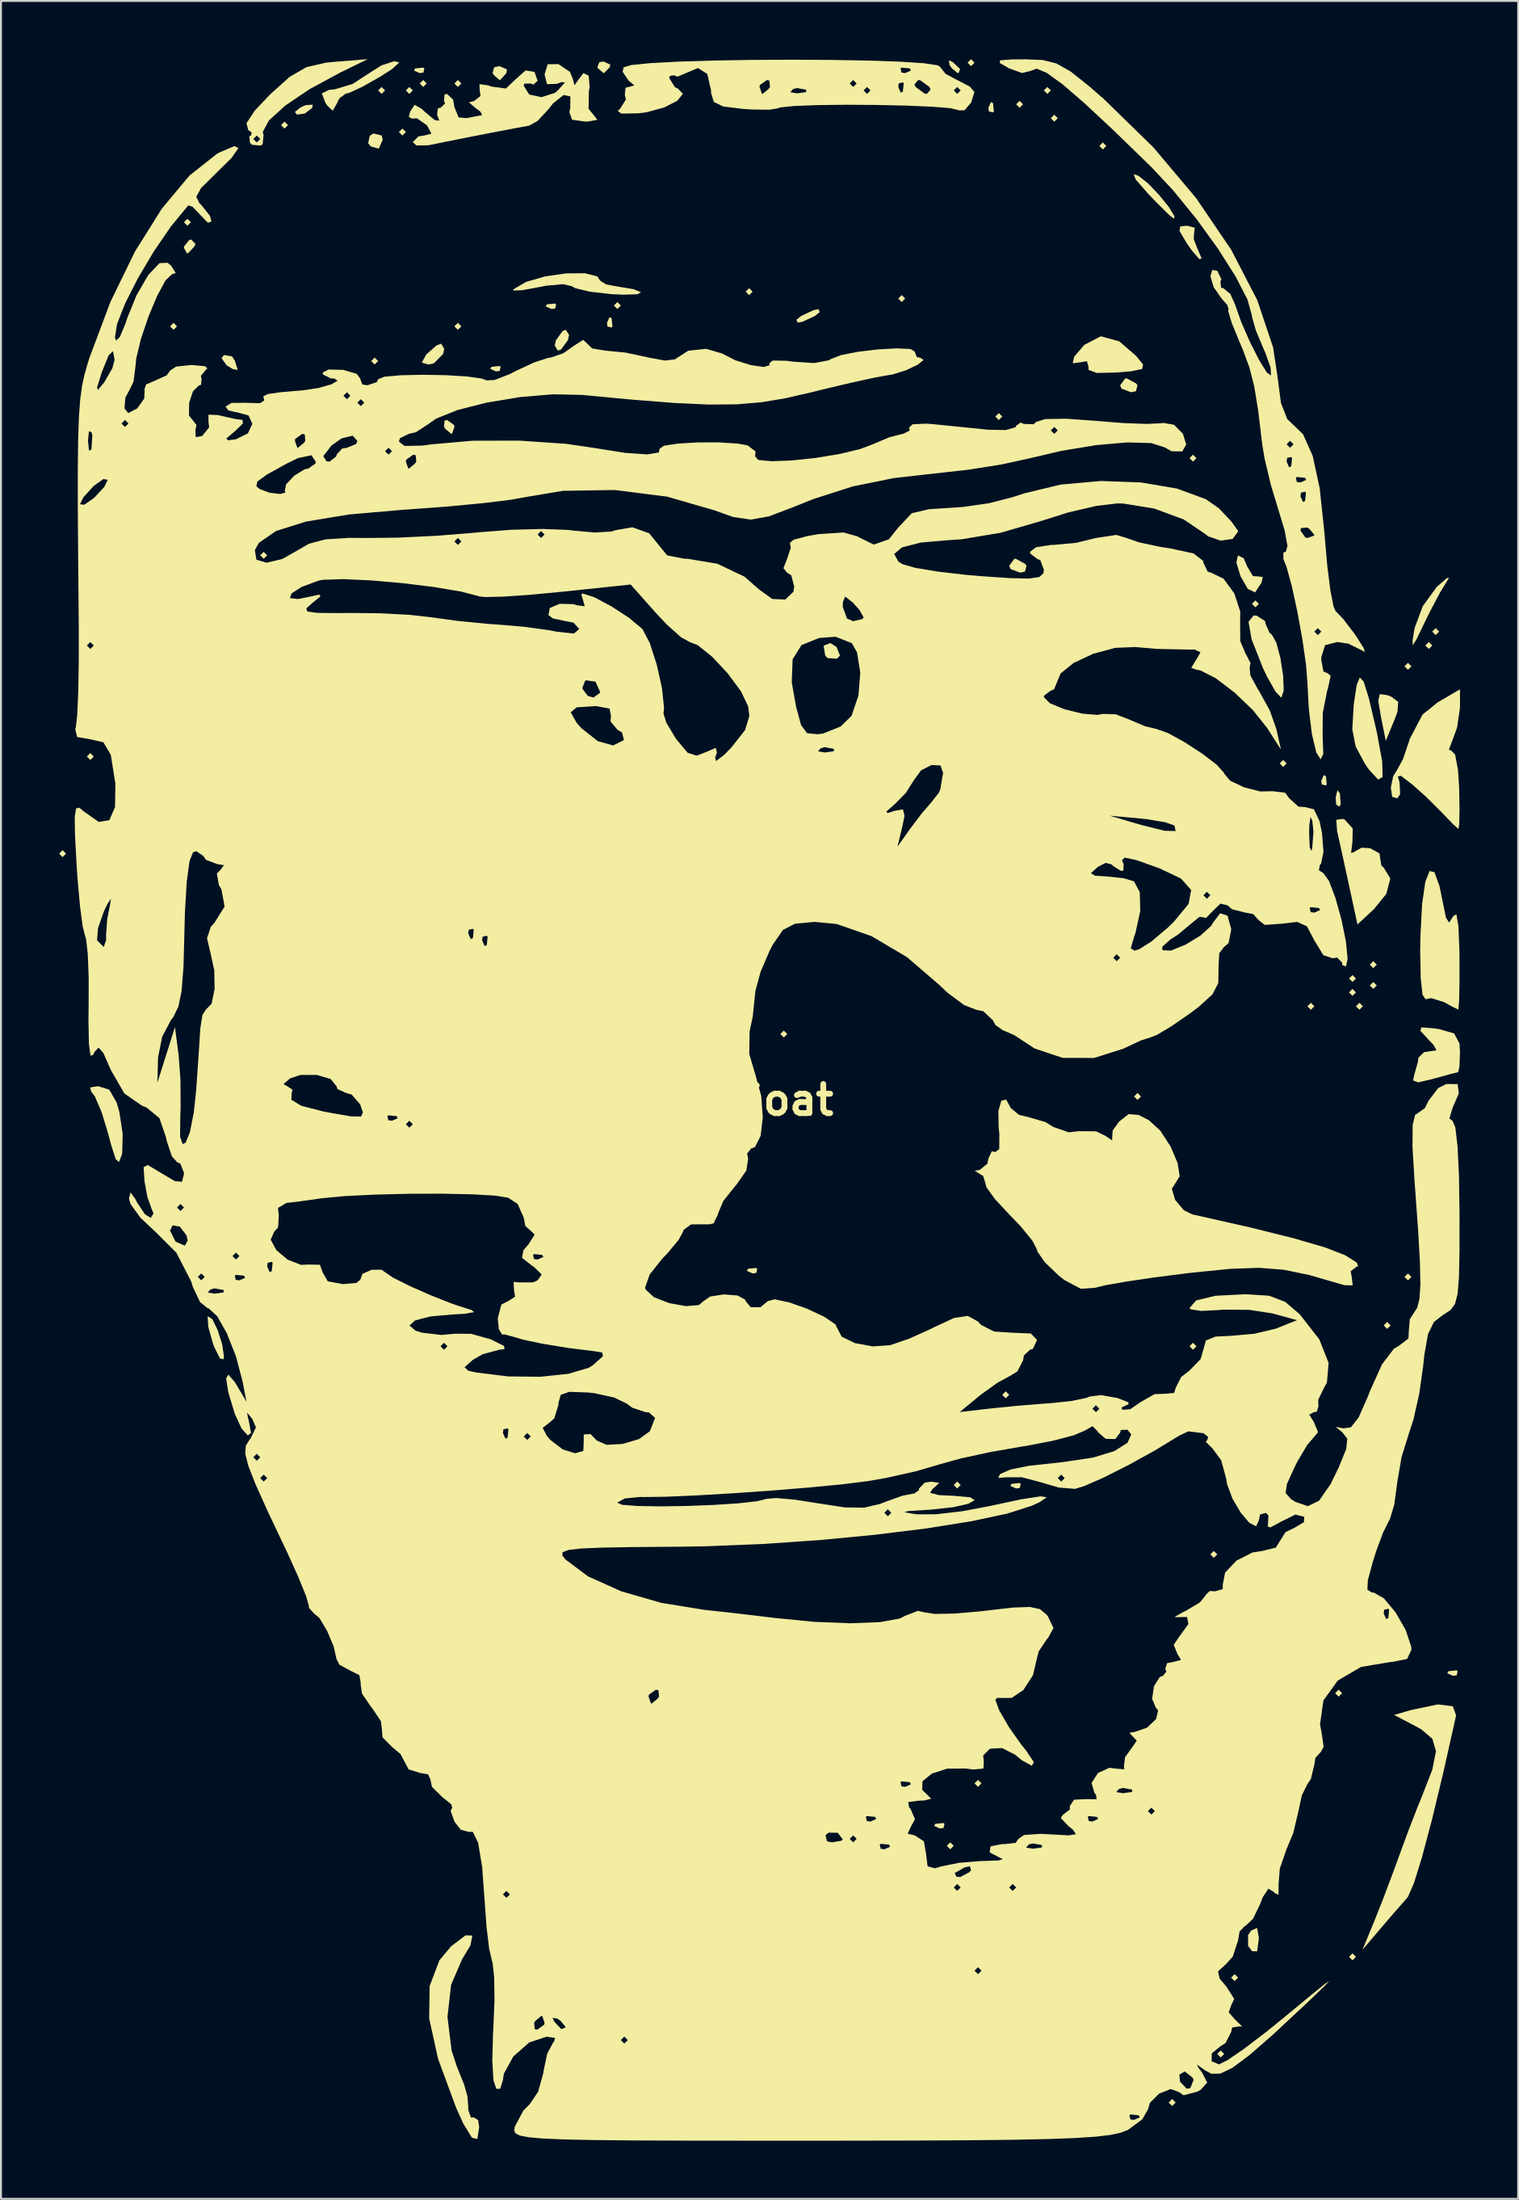
<source format=kicad_pcb>
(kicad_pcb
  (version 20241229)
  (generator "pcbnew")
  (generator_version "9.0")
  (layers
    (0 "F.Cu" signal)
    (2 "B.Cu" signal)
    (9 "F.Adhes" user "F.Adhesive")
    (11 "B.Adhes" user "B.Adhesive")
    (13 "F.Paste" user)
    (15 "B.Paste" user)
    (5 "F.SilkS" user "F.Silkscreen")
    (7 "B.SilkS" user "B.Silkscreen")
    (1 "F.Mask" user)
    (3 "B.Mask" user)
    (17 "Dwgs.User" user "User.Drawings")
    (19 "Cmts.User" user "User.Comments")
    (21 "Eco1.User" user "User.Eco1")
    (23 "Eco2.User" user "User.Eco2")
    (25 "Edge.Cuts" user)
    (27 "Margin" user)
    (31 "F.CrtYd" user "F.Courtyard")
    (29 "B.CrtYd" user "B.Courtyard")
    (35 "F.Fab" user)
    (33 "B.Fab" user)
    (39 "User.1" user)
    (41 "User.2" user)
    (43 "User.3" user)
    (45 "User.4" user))
  (footprint "LeGoat"
    (layer "F.Cu")
    (at 36.132 53.665)
    (property "Reference" "LeGoat" (at 0 0 0) (layer "F.SilkS") (effects (font (size 1.5 1.5) (thickness 0.3))))
    (attr board_only exclude_from_pos_files exclude_from_bom)
    (fp_poly (pts (xy -35.775 -12.7) (xy -35.954 -12.521) (xy -36.132 -12.7) (xy -35.954 -12.879)) (stroke (width 0) (type solid)) (fill yes) (layer "F.SilkS"))
    (fp_poly (pts (xy -34.344 -17.708) (xy -34.523 -17.53) (xy -34.701 -17.708) (xy -34.523 -17.887)) (stroke (width 0) (type solid)) (fill yes) (layer "F.SilkS"))
    (fp_poly (pts (xy -30.051 -39.889) (xy -30.23 -39.71) (xy -30.408 -39.889) (xy -30.23 -40.068)) (stroke (width 0) (type solid)) (fill yes) (layer "F.SilkS"))
    (fp_poly (pts (xy -29.335 -45.255) (xy -29.514 -45.076) (xy -29.693 -45.255) (xy -29.514 -45.434)) (stroke (width 0) (type solid)) (fill yes) (layer "F.SilkS"))
    (fp_poly (pts (xy -25.4 -28.083) (xy -25.579 -27.904) (xy -25.758 -28.083) (xy -25.579 -28.262)) (stroke (width 0) (type solid)) (fill yes) (layer "F.SilkS"))
    (fp_poly (pts (xy -24.327 -50.263) (xy -24.506 -50.085) (xy -24.685 -50.263) (xy -24.506 -50.442)) (stroke (width 0) (type solid)) (fill yes) (layer "F.SilkS"))
    (fp_poly (pts (xy -19.676 -38.1) (xy -19.855 -37.921) (xy -20.034 -38.1) (xy -19.855 -38.279)) (stroke (width 0) (type solid)) (fill yes) (layer "F.SilkS"))
    (fp_poly (pts (xy -19.318 -52.052) (xy -19.497 -51.873) (xy -19.676 -52.052) (xy -19.497 -52.231)) (stroke (width 0) (type solid)) (fill yes) (layer "F.SilkS"))
    (fp_poly (pts (xy -18.245 -49.906) (xy -18.424 -49.727) (xy -18.603 -49.906) (xy -18.424 -50.085)) (stroke (width 0) (type solid)) (fill yes) (layer "F.SilkS"))
    (fp_poly (pts (xy -17.887 -52.052) (xy -18.066 -51.873) (xy -18.245 -52.052) (xy -18.066 -52.231)) (stroke (width 0) (type solid)) (fill yes) (layer "F.SilkS"))
    (fp_poly (pts (xy -17.172 -52.41) (xy -17.351 -52.231) (xy -17.53 -52.41) (xy -17.351 -52.589)) (stroke (width 0) (type solid)) (fill yes) (layer "F.SilkS"))
    (fp_poly (pts (xy -15.383 -52.41) (xy -15.562 -52.231) (xy -15.741 -52.41) (xy -15.562 -52.589)) (stroke (width 0) (type solid)) (fill yes) (layer "F.SilkS"))
    (fp_poly (pts (xy -15.383 -39.889) (xy -15.562 -39.71) (xy -15.741 -39.889) (xy -15.562 -40.068)) (stroke (width 0) (type solid)) (fill yes) (layer "F.SilkS"))
    (fp_poly (pts (xy -7.155 -40.962) (xy -7.334 -40.783) (xy -7.513 -40.962) (xy -7.334 -41.141)) (stroke (width 0) (type solid)) (fill yes) (layer "F.SilkS"))
    (fp_poly (pts (xy -0.358 -41.677) (xy -0.537 -41.499) (xy -0.715 -41.677) (xy -0.537 -41.856)) (stroke (width 0) (type solid)) (fill yes) (layer "F.SilkS"))
    (fp_poly (pts (xy 1.431 -3.399) (xy 1.252 -3.22) (xy 1.073 -3.399) (xy 1.252 -3.577)) (stroke (width 0) (type solid)) (fill yes) (layer "F.SilkS"))
    (fp_poly (pts (xy 7.513 -41.32) (xy 7.334 -41.141) (xy 7.155 -41.32) (xy 7.334 -41.499)) (stroke (width 0) (type solid)) (fill yes) (layer "F.SilkS"))
    (fp_poly (pts (xy 10.017 38.458) (xy 9.838 38.637) (xy 9.659 38.458) (xy 9.838 38.279)) (stroke (width 0) (type solid)) (fill yes) (layer "F.SilkS"))
    (fp_poly (pts (xy 10.375 19.855) (xy 10.196 20.034) (xy 10.017 19.855) (xy 10.196 19.676)) (stroke (width 0) (type solid)) (fill yes) (layer "F.SilkS"))
    (fp_poly (pts (xy 11.09 -53.483) (xy 10.911 -53.304) (xy 10.732 -53.483) (xy 10.911 -53.662)) (stroke (width 0) (type solid)) (fill yes) (layer "F.SilkS"))
    (fp_poly (pts (xy 11.448 35.238) (xy 11.269 35.417) (xy 11.09 35.238) (xy 11.269 35.059)) (stroke (width 0) (type solid)) (fill yes) (layer "F.SilkS"))
    (fp_poly (pts (xy 12.521 -35.238) (xy 12.342 -35.059) (xy 12.163 -35.238) (xy 12.342 -35.417)) (stroke (width 0) (type solid)) (fill yes) (layer "F.SilkS"))
    (fp_poly (pts (xy 12.879 15.204) (xy 12.7 15.383) (xy 12.521 15.204) (xy 12.7 15.025)) (stroke (width 0) (type solid)) (fill yes) (layer "F.SilkS"))
    (fp_poly (pts (xy 13.594 -51.337) (xy 13.415 -51.158) (xy 13.237 -51.337) (xy 13.415 -51.515)) (stroke (width 0) (type solid)) (fill yes) (layer "F.SilkS"))
    (fp_poly (pts (xy 15.025 -52.052) (xy 14.846 -51.873) (xy 14.668 -52.052) (xy 14.846 -52.231)) (stroke (width 0) (type solid)) (fill yes) (layer "F.SilkS"))
    (fp_poly (pts (xy 15.383 -50.621) (xy 15.204 -50.442) (xy 15.025 -50.621) (xy 15.204 -50.8)) (stroke (width 0) (type solid)) (fill yes) (layer "F.SilkS"))
    (fp_poly (pts (xy 17.887 -49.19) (xy 17.708 -49.011) (xy 17.53 -49.19) (xy 17.708 -49.369)) (stroke (width 0) (type solid)) (fill yes) (layer "F.SilkS"))
    (fp_poly (pts (xy 19.676 -0.179) (xy 19.497 -0.000001) (xy 19.318 -0.179) (xy 19.497 -0.358)) (stroke (width 0) (type solid)) (fill yes) (layer "F.SilkS"))
    (fp_poly (pts (xy 21.465 51.694) (xy 21.286 51.873) (xy 21.107 51.694) (xy 21.286 51.515)) (stroke (width 0) (type solid)) (fill yes) (layer "F.SilkS"))
    (fp_poly (pts (xy 22.538 -33.092) (xy 22.359 -32.913) (xy 22.18 -33.092) (xy 22.359 -33.27)) (stroke (width 0) (type solid)) (fill yes) (layer "F.SilkS"))
    (fp_poly (pts (xy 22.538 12.7) (xy 22.359 12.879) (xy 22.18 12.7) (xy 22.359 12.521)) (stroke (width 0) (type solid)) (fill yes) (layer "F.SilkS"))
    (fp_poly (pts (xy 23.611 23.432) (xy 23.432 23.611) (xy 23.254 23.432) (xy 23.432 23.254)) (stroke (width 0) (type solid)) (fill yes) (layer "F.SilkS"))
    (fp_poly (pts (xy 23.969 49.19) (xy 23.79 49.369) (xy 23.611 49.19) (xy 23.79 49.011)) (stroke (width 0) (type solid)) (fill yes) (layer "F.SilkS"))
    (fp_poly (pts (xy 24.685 45.255) (xy 24.506 45.434) (xy 24.327 45.255) (xy 24.506 45.076)) (stroke (width 0) (type solid)) (fill yes) (layer "F.SilkS"))
    (fp_poly (pts (xy 25.758 -25.579) (xy 25.579 -25.4) (xy 25.4 -25.579) (xy 25.579 -25.758)) (stroke (width 0) (type solid)) (fill yes) (layer "F.SilkS"))
    (fp_poly (pts (xy 27.189 -17.351) (xy 27.01 -17.172) (xy 26.831 -17.351) (xy 27.01 -17.53)) (stroke (width 0) (type solid)) (fill yes) (layer "F.SilkS"))
    (fp_poly (pts (xy 28.62 -4.83) (xy 28.441 -4.651) (xy 28.262 -4.83) (xy 28.441 -5.008)) (stroke (width 0) (type solid)) (fill yes) (layer "F.SilkS"))
    (fp_poly (pts (xy 30.051 30.587) (xy 29.872 30.766) (xy 29.693 30.587) (xy 29.872 30.408)) (stroke (width 0) (type solid)) (fill yes) (layer "F.SilkS"))
    (fp_poly (pts (xy 30.766 -6.261) (xy 30.587 -6.082) (xy 30.408 -6.261) (xy 30.587 -6.439)) (stroke (width 0) (type solid)) (fill yes) (layer "F.SilkS"))
    (fp_poly (pts (xy 30.766 -5.545) (xy 30.587 -5.366) (xy 30.408 -5.545) (xy 30.587 -5.724)) (stroke (width 0) (type solid)) (fill yes) (layer "F.SilkS"))
    (fp_poly (pts (xy 30.766 44.182) (xy 30.587 44.361) (xy 30.408 44.182) (xy 30.587 44.003)) (stroke (width 0) (type solid)) (fill yes) (layer "F.SilkS"))
    (fp_poly (pts (xy 31.124 -4.83) (xy 30.945 -4.651) (xy 30.766 -4.83) (xy 30.945 -5.008)) (stroke (width 0) (type solid)) (fill yes) (layer "F.SilkS"))
    (fp_poly (pts (xy 31.839 -6.976) (xy 31.661 -6.797) (xy 31.482 -6.976) (xy 31.661 -7.155)) (stroke (width 0) (type solid)) (fill yes) (layer "F.SilkS"))
    (fp_poly (pts (xy 31.839 -5.903) (xy 31.661 -5.724) (xy 31.482 -5.903) (xy 31.661 -6.082)) (stroke (width 0) (type solid)) (fill yes) (layer "F.SilkS"))
    (fp_poly (pts (xy 32.555 11.627) (xy 32.376 11.806) (xy 32.197 11.627) (xy 32.376 11.448)) (stroke (width 0) (type solid)) (fill yes) (layer "F.SilkS"))
    (fp_poly (pts (xy 33.628 -22.359) (xy 33.449 -22.18) (xy 33.27 -22.359) (xy 33.449 -22.538)) (stroke (width 0) (type solid)) (fill yes) (layer "F.SilkS"))
    (fp_poly (pts (xy 33.628 9.123) (xy 33.449 9.301) (xy 33.27 9.123) (xy 33.449 8.944)) (stroke (width 0) (type solid)) (fill yes) (layer "F.SilkS"))
    (fp_poly (pts (xy 34.701 -23.432) (xy 34.523 -23.254) (xy 34.344 -23.432) (xy 34.523 -23.611)) (stroke (width 0) (type solid)) (fill yes) (layer "F.SilkS"))
    (fp_poly (pts (xy 35.059 -24.148) (xy 34.88 -23.969) (xy 34.701 -24.148) (xy 34.88 -24.327)) (stroke (width 0) (type solid)) (fill yes) (layer "F.SilkS"))
    (fp_poly (pts (xy -17.291 -53.185) (xy -17.34 -52.972) (xy -17.53 -52.946) (xy -17.824 -53.077) (xy -17.768 -53.185) (xy -17.344 -53.228)) (stroke (width 0) (type solid)) (fill yes) (layer "F.SilkS"))
    (fp_poly (pts (xy -13.356 -37.802) (xy -13.405 -37.589) (xy -13.594 -37.563) (xy -13.889 -37.694) (xy -13.833 -37.802) (xy -13.408 -37.845)) (stroke (width 0) (type solid)) (fill yes) (layer "F.SilkS"))
    (fp_poly (pts (xy -10.494 -41.022) (xy -10.543 -40.809) (xy -10.732 -40.783) (xy -11.027 -40.914) (xy -10.971 -41.022) (xy -10.546 -41.064)) (stroke (width 0) (type solid)) (fill yes) (layer "F.SilkS"))
    (fp_poly (pts (xy -7.632 -40.306) (xy -7.589 -39.882) (xy -7.632 -39.829) (xy -7.845 -39.878) (xy -7.87 -40.068) (xy -7.74 -40.362)) (stroke (width 0) (type solid)) (fill yes) (layer "F.SilkS"))
    (fp_poly (pts (xy -0.119 8.705) (xy -0.168 8.918) (xy -0.358 8.944) (xy -0.652 8.813) (xy -0.596 8.705) (xy -0.172 8.662)) (stroke (width 0) (type solid)) (fill yes) (layer "F.SilkS"))
    (fp_poly (pts (xy 9.54 37.325) (xy 9.491 37.538) (xy 9.301 37.563) (xy 9.007 37.432) (xy 9.063 37.325) (xy 9.487 37.282)) (stroke (width 0) (type solid)) (fill yes) (layer "F.SilkS"))
    (fp_poly (pts (xy 12.044 -51.396) (xy 12.087 -50.972) (xy 12.044 -50.919) (xy 11.831 -50.968) (xy 11.806 -51.158) (xy 11.937 -51.452)) (stroke (width 0) (type solid)) (fill yes) (layer "F.SilkS"))
    (fp_poly (pts (xy 13.475 19.795) (xy 13.426 20.008) (xy 13.237 20.034) (xy 12.942 19.903) (xy 12.998 19.795) (xy 13.423 19.752)) (stroke (width 0) (type solid)) (fill yes) (layer "F.SilkS"))
    (fp_poly (pts (xy 29.216 -16.695) (xy 29.259 -16.27) (xy 29.216 -16.218) (xy 29.003 -16.267) (xy 28.977 -16.456) (xy 29.108 -16.751)) (stroke (width 0) (type solid)) (fill yes) (layer "F.SilkS"))
    (fp_poly (pts (xy 29.937 -15.808) (xy 29.98 -15.249) (xy 29.909 -15.122) (xy 29.746 -15.229) (xy 29.721 -15.592) (xy 29.809 -15.974)) (stroke (width 0) (type solid)) (fill yes) (layer "F.SilkS"))
    (fp_poly (pts (xy 36.013 29.454) (xy 35.964 29.667) (xy 35.775 29.693) (xy 35.48 29.562) (xy 35.536 29.454) (xy 35.961 29.412)) (stroke (width 0) (type solid)) (fill yes) (layer "F.SilkS"))
    (fp_poly (pts (xy -27.211 -38.337) (xy -27.059 -38.098) (xy -26.922 -37.638) (xy -27.168 -37.682) (xy -27.495 -37.882) (xy -27.755 -38.249) (xy -27.622 -38.411)) (stroke (width 0) (type solid)) (fill yes) (layer "F.SilkS"))
    (fp_poly (pts (xy -23.077 -51.154) (xy -23.46 -50.857) (xy -23.87 -50.807) (xy -23.969 -50.941) (xy -23.688 -51.17) (xy -23.414 -51.294) (xy -23.045 -51.319)) (stroke (width 0) (type solid)) (fill yes) (layer "F.SilkS"))
    (fp_poly (pts (xy -19.495 -49.73) (xy -19.438 -49.514) (xy -19.641 -49.05) (xy -20.059 -49.165) (xy -20.19 -49.332) (xy -20.105 -49.718) (xy -19.912 -49.834)) (stroke (width 0) (type solid)) (fill yes) (layer "F.SilkS"))
    (fp_poly (pts (xy 3.972 -23.359) (xy 4.148 -22.911) (xy 3.991 -22.751) (xy 3.507 -22.783) (xy 3.387 -22.914) (xy 3.304 -23.422) (xy 3.65 -23.558)) (stroke (width 0) (type solid)) (fill yes) (layer "F.SilkS"))
    (fp_poly (pts (xy 9.962 -53.517) (xy 10.346 -53.157) (xy 10.267 -52.95) (xy 10.217 -52.946) (xy 9.914 -53.201) (xy 9.804 -53.36) (xy 9.762 -53.604)) (stroke (width 0) (type solid)) (fill yes) (layer "F.SilkS"))
    (fp_poly (pts (xy -29.1 -44.141) (xy -29.156 -44.003) (xy -29.478 -43.662) (xy -29.535 -43.645) (xy -29.689 -43.922) (xy -29.693 -44.003) (xy -29.418 -44.347) (xy -29.314 -44.361)) (stroke (width 0) (type solid)) (fill yes) (layer "F.SilkS"))
    (fp_poly (pts (xy -15.755 -34.799) (xy -15.741 -34.701) (xy -15.863 -34.353) (xy -15.899 -34.344) (xy -16.204 -34.594) (xy -16.277 -34.701) (xy -16.249 -35.031) (xy -16.12 -35.059)) (stroke (width 0) (type solid)) (fill yes) (layer "F.SilkS"))
    (fp_poly (pts (xy -13.029 -53.136) (xy -13.058 -52.946) (xy -13.364 -52.606) (xy -13.415 -52.589) (xy -13.7 -52.838) (xy -13.773 -52.946) (xy -13.688 -53.25) (xy -13.415 -53.304)) (stroke (width 0) (type solid)) (fill yes) (layer "F.SilkS"))
    (fp_poly (pts (xy -9.826 -39.446) (xy -9.888 -39.173) (xy -10.233 -38.7) (xy -10.402 -38.637) (xy -10.566 -38.9) (xy -10.504 -39.173) (xy -10.159 -39.646) (xy -9.99 -39.71)) (stroke (width 0) (type solid)) (fill yes) (layer "F.SilkS"))
    (fp_poly (pts (xy -7.701 -53.384) (xy -7.728 -53.245) (xy -8.022 -52.951) (xy -8.049 -52.946) (xy -8.335 -53.191) (xy -8.37 -53.245) (xy -8.264 -53.508) (xy -8.049 -53.543)) (stroke (width 0) (type solid)) (fill yes) (layer "F.SilkS"))
    (fp_poly (pts (xy 3.105 -40.625) (xy 2.862 -40.425) (xy 2.21 -40.123) (xy 1.968 -40.079) (xy 1.904 -40.226) (xy 2.146 -40.425) (xy 2.799 -40.728) (xy 3.041 -40.772)) (stroke (width 0) (type solid)) (fill yes) (layer "F.SilkS"))
    (fp_poly (pts (xy 13.7 -27.644) (xy 13.773 -27.546) (xy 13.692 -27.24) (xy 13.437 -27.189) (xy 12.947 -27.376) (xy 12.879 -27.546) (xy 13.136 -27.894) (xy 13.216 -27.904)) (stroke (width 0) (type solid)) (fill yes) (layer "F.SilkS"))
    (fp_poly (pts (xy 19.424 -36.946) (xy 19.497 -36.848) (xy 19.416 -36.542) (xy 19.161 -36.49) (xy 18.671 -36.677) (xy 18.603 -36.848) (xy 18.86 -37.195) (xy 18.939 -37.206)) (stroke (width 0) (type solid)) (fill yes) (layer "F.SilkS"))
    (fp_poly (pts (xy 25.758 43.199) (xy 25.758 43.216) (xy 25.67 43.899) (xy 25.406 43.89) (xy 25.202 43.614) (xy 25.202 43.057) (xy 25.36 42.827) (xy 25.666 42.693)) (stroke (width 0) (type solid)) (fill yes) (layer "F.SilkS"))
    (fp_poly (pts (xy -16.265 -38.73) (xy -16.327 -38.458) (xy -16.802 -37.982) (xy -17.075 -37.921) (xy -17.423 -38.018) (xy -17.205 -38.418) (xy -17.172 -38.458) (xy -16.661 -38.907) (xy -16.424 -38.994)) (stroke (width 0) (type solid)) (fill yes) (layer "F.SilkS"))
    (fp_poly (pts (xy 32.373 -20.875) (xy 32.587 -20.794) (xy 32.945 -20.528) (xy 32.908 -20.015) (xy 32.73 -19.543) (xy 32.304 -18.515) (xy 32.069 -19.689) (xy 31.917 -20.579) (xy 31.995 -20.924)) (stroke (width 0) (type solid)) (fill yes) (layer "F.SilkS"))
    (fp_poly (pts (xy -28.229 11.302) (xy -27.952 11.872) (xy -27.72 12.603) (xy -27.629 13.224) (xy -27.651 13.371) (xy -27.831 13.333) (xy -28.12 12.761) (xy -28.201 12.543) (xy -28.437 11.701) (xy -28.472 11.195) (xy -28.452 11.161)) (stroke (width 0) (type solid)) (fill yes) (layer "F.SilkS"))
    (fp_poly (pts (xy 19.543 -47.652) (xy 20.035 -47.266) (xy 20.616 -46.659) (xy 21.127 -46.025) (xy 21.407 -45.558) (xy 21.373 -45.434) (xy 21.088 -45.67) (xy 20.479 -46.274) (xy 20.03 -46.743) (xy 19.404 -47.462) (xy 19.298 -47.736)) (stroke (width 0) (type solid)) (fill yes) (layer "F.SilkS"))
    (fp_poly (pts (xy 22.456 -44.973) (xy 22.431 -44.85) (xy 22.396 -44.396) (xy 22.563 -43.956) (xy 22.806 -43.39) (xy 22.69 -43.351) (xy 22.294 -43.806) (xy 22.034 -44.182) (xy 21.661 -44.809) (xy 21.705 -45.043) (xy 22.053 -45.076)) (stroke (width 0) (type solid)) (fill yes) (layer "F.SilkS"))
    (fp_poly (pts (xy 24.974 -27.931) (xy 25.156 -27.506) (xy 25.452 -27.011) (xy 25.73 -26.992) (xy 25.959 -26.963) (xy 25.894 -26.671) (xy 25.564 -26.171) (xy 25.185 -26.351) (xy 24.808 -27.012) (xy 24.596 -27.717) (xy 24.678 -28.079)) (stroke (width 0) (type solid)) (fill yes) (layer "F.SilkS"))
    (fp_poly (pts (xy 35.498 -26.81) (xy 35.102 -26.161) (xy 34.575 -25.162) (xy 34.331 -24.664) (xy 33.888 -23.746) (xy 33.693 -23.439) (xy 33.69 -23.71) (xy 33.79 -24.327) (xy 34.21 -25.455) (xy 34.931 -26.449) (xy 34.957 -26.473) (xy 35.459 -26.908) (xy 35.568 -26.917)) (stroke (width 0) (type solid)) (fill yes) (layer "F.SilkS"))
    (fp_poly (pts (xy -33.546 -0.53) (xy -33.167 0.128) (xy -33.023 0.626) (xy -32.854 1.748) (xy -32.878 2.729) (xy -32.898 2.827) (xy -33.043 3.202) (xy -33.213 3.053) (xy -33.453 2.308) (xy -33.598 1.754) (xy -33.936 0.639) (xy -34.286 -0.177) (xy -34.484 -0.442) (xy -34.531 -0.648) (xy -34.119 -0.71)) (stroke (width 0) (type solid)) (fill yes) (layer "F.SilkS"))
    (fp_poly (pts (xy 18.561 -39.113) (xy 19.429 -38.359) (xy 19.786 -37.917) (xy 19.738 -37.688) (xy 19.167 -37.572) (xy 18.44 -37.509) (xy 17.397 -37.484) (xy 16.97 -37.641) (xy 16.97 -37.81) (xy 16.885 -38.092) (xy 16.617 -38.044) (xy 16.156 -37.983) (xy 16.233 -38.327) (xy 16.755 -38.935) (xy 17.605 -39.375)) (stroke (width 0) (type solid)) (fill yes) (layer "F.SilkS"))
    (fp_poly (pts (xy 31.166 -21.567) (xy 31.432 -20.713) (xy 31.79 -19.192) (xy 31.85 -18.919) (xy 32.12 -17.453) (xy 32.141 -16.655) (xy 31.912 -16.518) (xy 31.432 -17.039) (xy 31.227 -17.339) (xy 30.75 -18.225) (xy 30.578 -19.116) (xy 30.649 -20.346) (xy 30.66 -20.442) (xy 30.805 -21.399) (xy 30.965 -21.784)) (stroke (width 0) (type solid)) (fill yes) (layer "F.SilkS"))
    (fp_poly (pts (xy 25.646 -24.97) (xy 26.074 -24.696) (xy 26.104 -24.546) (xy 26.311 -24.086) (xy 26.419 -24.002) (xy 26.66 -23.58) (xy 26.87 -22.785) (xy 27.009 -21.878) (xy 27.04 -21.116) (xy 26.924 -20.757) (xy 26.901 -20.753) (xy 26.62 -21.051) (xy 26.191 -21.803) (xy 25.967 -22.273) (xy 25.384 -23.747) (xy 25.224 -24.651) (xy 25.487 -24.982)) (stroke (width 0) (type solid)) (fill yes) (layer "F.SilkS"))
    (fp_poly (pts (xy -18.582 -53.499) (xy -18.952 -53.157) (xy -19.578 -52.756) (xy -20.504 -52.234) (xy -21.174 -51.925) (xy -21.352 -51.885) (xy -21.68 -51.638) (xy -21.813 -51.364) (xy -22.015 -51.006) (xy -22.293 -51.261) (xy -22.4 -51.427) (xy -22.581 -51.9) (xy -22.207 -52.08) (xy -21.928 -52.105) (xy -20.992 -52.386) (xy -20.355 -52.801) (xy -19.508 -53.343) (xy -18.855 -53.556)) (stroke (width 0) (type solid)) (fill yes) (layer "F.SilkS"))
    (fp_poly (pts (xy -8.368 -42.463) (xy -8.228 -42.25) (xy -7.919 -42.05) (xy -7.273 -41.933) (xy -6.488 -41.802) (xy -6.11 -41.641) (xy -6.307 -41.543) (xy -7.034 -41.521) (xy -7.692 -41.552) (xy -8.762 -41.677) (xy -9.507 -41.855) (xy -9.69 -41.961) (xy -10.135 -42.062) (xy -11.007 -41.983) (xy -11.417 -41.903) (xy -12.275 -41.746) (xy -12.703 -41.739) (xy -12.704 -41.793) (xy -12.042 -42.18) (xy -11.062 -42.463) (xy -9.98 -42.619) (xy -9.01 -42.626)) (stroke (width 0) (type solid)) (fill yes) (layer "F.SilkS"))
    (fp_poly (pts (xy 30.184 -14.457) (xy 30.599 -13.999) (xy 30.583 -13.289) (xy 30.515 -12.741) (xy 30.602 -12.751) (xy 30.602 -12.751) (xy 31.061 -13.009) (xy 31.495 -12.979) (xy 31.979 -12.714) (xy 32.008 -12.505) (xy 32.078 -12.083) (xy 32.191 -11.988) (xy 32.54 -11.422) (xy 32.33 -10.622) (xy 31.699 -9.843) (xy 30.844 -9.05) (xy 30.411 -11.054) (xy 30.136 -12.317) (xy 29.897 -13.404) (xy 29.793 -13.868) (xy 29.752 -14.444) (xy 30.088 -14.491)) (stroke (width 0) (type solid)) (fill yes) (layer "F.SilkS"))
    (fp_poly (pts (xy 34.816 -3.689) (xy 35.059 -3.654) (xy 35.829 -3.429) (xy 36.108 -2.91) (xy 36.132 -2.464) (xy 36.105 -1.727) (xy 36.041 -1.431) (xy 35.672 -1.343) (xy 34.889 -1.127) (xy 34.756 -1.089) (xy 33.974 -0.906) (xy 33.713 -1.006) (xy 33.775 -1.297) (xy 33.964 -1.974) (xy 33.986 -2.176) (xy 34.278 -2.463) (xy 34.548 -2.504) (xy 34.921 -2.56) (xy 34.761 -2.847) (xy 34.548 -3.066) (xy 34.086 -3.569) (xy 34.148 -3.745)) (stroke (width 0) (type solid)) (fill yes) (layer "F.SilkS"))
    (fp_poly (pts (xy -14.816 43.084) (xy -14.913 43.592) (xy -15.344 44.306) (xy -15.911 45.624) (xy -16.098 47.279) (xy -15.89 48.993) (xy -15.618 49.828) (xy -15.241 50.766) (xy -15.071 51.358) (xy -15.026 51.91) (xy -15.025 52.073) (xy -14.887 52.468) (xy -14.744 52.457) (xy -14.517 52.602) (xy -14.463 52.973) (xy -14.559 53.578) (xy -14.838 53.508) (xy -15.285 52.776) (xy -15.653 51.963) (xy -16.589 49.426) (xy -17.043 47.355) (xy -17.018 45.688) (xy -16.516 44.365) (xy -15.906 43.633) (xy -15.166 43.075)) (stroke (width 0) (type solid)) (fill yes) (layer "F.SilkS"))
    (fp_poly (pts (xy 34.813 -11.745) (xy 35.076 -11.028) (xy 35.227 -10.285) (xy 35.409 -9.4) (xy 35.572 -9.146) (xy 35.77 -9.446) (xy 35.785 -9.48) (xy 35.946 -9.576) (xy 36.053 -8.966) (xy 36.104 -7.66) (xy 36.107 -7.423) (xy 36.108 -6.119) (xy 36.089 -5.147) (xy 36.053 -4.68) (xy 36.043 -4.662) (xy 35.703 -4.826) (xy 35.325 -5.039) (xy 34.658 -5.249) (xy 34.355 -5.194) (xy 34.2 -5.424) (xy 34.106 -6.286) (xy 34.08 -7.7) (xy 34.09 -8.393) (xy 34.178 -10.092) (xy 34.343 -11.241) (xy 34.562 -11.804)) (stroke (width 0) (type solid)) (fill yes) (layer "F.SilkS"))
    (fp_poly (pts (xy 35.762 31.261) (xy 35.933 31.734) (xy 35.929 31.75) (xy 35.277 34.66) (xy 34.688 37.107) (xy 34.176 39.031) (xy 33.759 40.377) (xy 33.45 41.087) (xy 33.409 41.141) (xy 32.857 41.767) (xy 32.131 42.61) (xy 32.011 42.751) (xy 31.099 43.824) (xy 31.691 42.393) (xy 32.162 41.205) (xy 32.707 39.764) (xy 32.987 38.994) (xy 33.466 37.693) (xy 33.929 36.496) (xy 34.151 35.954) (xy 34.705 34.533) (xy 34.894 33.579) (xy 34.707 32.937) (xy 34.135 32.453) (xy 33.9 32.322) (xy 32.734 31.709) (xy 33.628 31.452) (xy 34.991 31.167)) (stroke (width 0) (type solid)) (fill yes) (layer "F.SilkS"))
    (fp_poly (pts (xy -21.622 -52.978) (xy -23.208 -52.12) (xy -24.469 -51.269) (xy -25.308 -50.507) (xy -25.627 -49.913) (xy -25.586 -49.738) (xy -25.633 -49.288) (xy -25.727 -49.209) (xy -26.192 -49.25) (xy -26.291 -49.363) (xy -26.306 -49.548) (xy -26.115 -49.548) (xy -25.937 -49.369) (xy -25.758 -49.548) (xy -25.937 -49.727) (xy -26.115 -49.548) (xy -26.306 -49.548) (xy -26.319 -49.703) (xy -26.226 -49.732) (xy -26.2 -49.88) (xy -26.38 -50.019) (xy -26.466 -50.363) (xy -26.038 -51.014) (xy -25.252 -51.843) (xy -24.235 -52.756) (xy -23.374 -53.253) (xy -22.384 -53.481) (xy -21.947 -53.525) (xy -20.213 -53.665)) (stroke (width 0) (type solid)) (fill yes) (layer "F.SilkS"))
    (fp_poly (pts (xy 36.132 -20.222) (xy 35.981 -19.192) (xy 35.739 -18.536) (xy 35.56 -18.058) (xy 35.686 -18.011) (xy 35.883 -17.808) (xy 36.029 -17.024) (xy 36.09 -16.087) (xy 36.109 -14.963) (xy 36.092 -14.198) (xy 36.054 -13.974) (xy 35.769 -14.223) (xy 35.238 -14.779) (xy 34.4 -15.616) (xy 33.657 -16.277) (xy 33.084 -16.714) (xy 32.929 -16.682) (xy 33.015 -16.378) (xy 33.045 -15.762) (xy 32.897 -15.552) (xy 32.634 -15.628) (xy 32.564 -16.105) (xy 32.69 -16.695) (xy 32.885 -17.011) (xy 33.19 -17.567) (xy 33.5 -18.476) (xy 33.531 -18.595) (xy 34.2 -19.871) (xy 34.99 -20.506) (xy 36.132 -21.173)) (stroke (width 0) (type solid)) (fill yes) (layer "F.SilkS"))
    (fp_poly (pts (xy 12.957 0.412) (xy 13.382 0.769) (xy 13.851 0.88) (xy 14.748 1.141) (xy 15.157 1.392) (xy 15.95 1.669) (xy 16.456 1.61) (xy 17.362 1.618) (xy 17.815 1.837) (xy 18.196 2.09) (xy 18.185 2.015) (xy 18.217 1.576) (xy 18.543 1.12) (xy 19.04 0.729) (xy 19.553 0.773) (xy 20.086 1.046) (xy 20.673 1.583) (xy 21.197 2.388) (xy 21.563 3.243) (xy 21.674 3.931) (xy 21.497 4.221) (xy 21.268 4.578) (xy 21.44 5.154) (xy 21.888 5.687) (xy 22.312 5.897) (xy 25.269 6.564) (xy 27.546 7.13) (xy 29.173 7.604) (xy 30.177 7.994) (xy 30.23 8.02) (xy 30.81 8.386) (xy 30.882 8.576) (xy 30.817 8.584) (xy 30.497 8.83) (xy 30.554 9.166) (xy 30.597 9.562) (xy 30.161 9.55) (xy 29.967 9.493) (xy 28.372 9.03) (xy 27.05 8.756) (xy 25.763 8.655) (xy 24.274 8.709) (xy 22.344 8.902) (xy 22.083 8.932) (xy 20.39 9.147) (xy 18.901 9.367) (xy 17.795 9.563) (xy 17.301 9.686) (xy 16.573 9.736) (xy 15.73 9.288) (xy 15.423 9.047) (xy 14.717 8.368) (xy 14.333 7.815) (xy 14.31 7.712) (xy 14.071 7.251) (xy 13.456 6.501) (xy 12.894 5.917) (xy 12.145 5.115) (xy 11.701 4.498) (xy 11.644 4.265) (xy 11.534 3.917) (xy 11.361 3.815) (xy 11.097 3.653) (xy 11.358 3.606) (xy 11.752 3.288) (xy 11.806 3.02) (xy 11.979 2.649) (xy 12.163 2.683) (xy 12.365 2.533) (xy 12.371 1.758) (xy 12.337 1.452) (xy 12.32 0.566) (xy 12.474 0.034) (xy 12.724 -0.016)) (stroke (width 0) (type solid)) (fill yes) (layer "F.SilkS"))
    (fp_poly (pts (xy -9.779 -53.008) (xy -9.631 -52.636) (xy -9.541 -52.318) (xy -9.422 -52.499) (xy -9.086 -52.947) (xy -8.814 -52.812) (xy -8.765 -52.218) (xy -8.806 -52.014) (xy -8.819 -51.107) (xy -8.545 -50.767) (xy -8.367 -50.537) (xy -8.846 -50.45) (xy -9 -50.448) (xy -9.674 -50.542) (xy -9.809 -50.935) (xy -9.763 -51.158) (xy -9.762 -51.744) (xy -10.107 -51.817) (xy -10.652 -51.385) (xy -10.882 -51.091) (xy -11.454 -50.475) (xy -11.886 -50.236) (xy -12.518 -50.122) (xy -13.602 -49.916) (xy -14.886 -49.666) (xy -16.12 -49.421) (xy -17.055 -49.229) (xy -17.082 -49.223) (xy -17.702 -49.214) (xy -17.887 -49.39) (xy -17.594 -49.682) (xy -17.307 -49.727) (xy -16.927 -49.822) (xy -17.132 -50.215) (xy -17.169 -50.259) (xy -17.671 -50.615) (xy -17.924 -50.599) (xy -18.091 -50.686) (xy -18.027 -50.951) (xy -17.796 -51.31) (xy -17.429 -51.104) (xy -17.29 -50.97) (xy -16.755 -50.524) (xy -16.517 -50.493) (xy -16.635 -50.8) (xy -16.595 -51.129) (xy -16.456 -51.158) (xy -16.223 -51.376) (xy -16.277 -51.515) (xy -16.249 -51.845) (xy -16.12 -51.873) (xy -15.807 -51.575) (xy -15.741 -51.189) (xy -15.523 -50.661) (xy -15.115 -50.625) (xy -14.486 -50.745) (xy -14.31 -50.778) (xy -14.401 -50.961) (xy -14.668 -51.158) (xy -14.989 -51.438) (xy -14.719 -51.51) (xy -14.395 -51.766) (xy -14.433 -52.037) (xy -14.452 -52.377) (xy -13.997 -52.313) (xy -13.821 -52.249) (xy -13.089 -52.15) (xy -12.577 -52.632) (xy -12.575 -52.636) (xy -12.066 -53.084) (xy -11.607 -53.005) (xy -11.448 -52.547) (xy -11.668 -52.353) (xy -11.806 -52.41) (xy -12.136 -52.403) (xy -12.163 -52.29) (xy -11.884 -51.842) (xy -11.249 -51.706) (xy -10.565 -51.923) (xy -10.401 -52.058) (xy -10.035 -52.466) (xy -10.21 -52.482) (xy -10.464 -52.391) (xy -10.963 -52.374) (xy -11.09 -52.875) (xy -10.927 -53.404) (xy -10.375 -53.408)) (stroke (width 0) (type solid)) (fill yes) (layer "F.SilkS"))
    (fp_poly (pts (xy 3.741 -53.625) (xy 5.638 -53.591) (xy 7.259 -53.534) (xy 8.481 -53.454) (xy 9.182 -53.351) (xy 9.301 -53.279) (xy 9.597 -52.907) (xy 10.196 -52.589) (xy 10.856 -52.246) (xy 11.085 -51.972) (xy 10.915 -51.427) (xy 10.573 -51.027) (xy 10.279 -51.024) (xy 10.272 -51.034) (xy 9.875 -51.133) (xy 8.93 -51.212) (xy 7.603 -51.269) (xy 6.061 -51.303) (xy 4.47 -51.313) (xy 2.997 -51.296) (xy 1.809 -51.251) (xy 1.072 -51.177) (xy 0.922 -51.125) (xy 0.503 -51.058) (xy -0.375 -51.068) (xy -0.869 -51.1) (xy -1.88 -51.225) (xy -2.361 -51.462) (xy -2.501 -51.92) (xy -2.504 -52.067) (xy -2.542 -52.231) (xy 0 -52.231) (xy 0.122 -51.883) (xy 0.158 -51.873) (xy 0.262 -51.959) (xy 1.586 -51.959) (xy 1.938 -51.901) (xy 2.402 -51.967) (xy 2.406 -52.052) (xy 5.366 -52.052) (xy 5.545 -51.873) (xy 5.724 -52.052) (xy 5.545 -52.231) (xy 7.155 -52.231) (xy 7.286 -51.937) (xy 7.393 -51.992) (xy 7.431 -52.368) (xy 7.992 -52.368) (xy 8.049 -52.231) (xy 8.523 -51.887) (xy 8.628 -51.873) (xy 8.786 -52.052) (xy 10.017 -52.052) (xy 10.196 -51.873) (xy 10.375 -52.052) (xy 10.196 -52.231) (xy 10.017 -52.052) (xy 8.786 -52.052) (xy 8.822 -52.094) (xy 8.765 -52.231) (xy 8.291 -52.575) (xy 8.186 -52.589) (xy 7.992 -52.368) (xy 7.431 -52.368) (xy 7.436 -52.417) (xy 7.393 -52.469) (xy 7.181 -52.42) (xy 7.155 -52.231) (xy 5.545 -52.231) (xy 5.366 -52.052) (xy 2.406 -52.052) (xy 2.407 -52.089) (xy 1.929 -52.175) (xy 1.722 -52.118) (xy 1.586 -51.959) (xy 0.262 -51.959) (xy 0.463 -52.124) (xy 0.537 -52.231) (xy 0.521 -52.41) (xy 4.651 -52.41) (xy 4.83 -52.231) (xy 5.008 -52.41) (xy 4.83 -52.589) (xy 4.651 -52.41) (xy 0.521 -52.41) (xy 0.508 -52.561) (xy 0.379 -52.589) (xy 0.015 -52.329) (xy 0 -52.231) (xy -2.542 -52.231) (xy -2.695 -52.901) (xy -3.144 -53.185) (xy 7.274 -53.185) (xy 7.323 -52.972) (xy 7.513 -52.946) (xy 7.807 -53.077) (xy 7.751 -53.185) (xy 7.327 -53.228) (xy 7.274 -53.185) (xy -3.144 -53.185) (xy -3.179 -53.207) (xy -3.715 -52.98) (xy -4.231 -52.765) (xy -4.415 -52.83) (xy -4.635 -52.8) (xy -4.651 -52.678) (xy -4.367 -52.222) (xy -4.207 -52.143) (xy -3.953 -51.876) (xy -4.24 -51.522) (xy -4.916 -51.174) (xy -5.829 -50.926) (xy -6.261 -50.873) (xy -7.129 -50.859) (xy -7.314 -50.999) (xy -7.199 -51.101) (xy -6.895 -51.585) (xy -6.951 -51.833) (xy -6.913 -52.192) (xy -6.729 -52.236) (xy -6.46 -52.315) (xy -6.754 -52.554) (xy -7.063 -53.014) (xy -7.013 -53.245) (xy -6.602 -53.364) (xy -5.613 -53.462) (xy -4.167 -53.538) (xy -2.386 -53.593) (xy -0.393 -53.626) (xy 1.69 -53.636)) (stroke (width 0) (type solid)) (fill yes) (layer "F.SilkS"))
    (fp_poly (pts (xy 14.597 -53.621) (xy 15.312 -53.444) (xy 16.048 -53.028) (xy 16.994 -52.277) (xy 17.765 -51.605) (xy 20.311 -49.123) (xy 22.521 -46.5) (xy 24.331 -43.837) (xy 25.676 -41.237) (xy 26.492 -38.802) (xy 26.704 -37.408) (xy 26.897 -35.938) (xy 27.224 -35.101) (xy 27.378 -34.96) (xy 28.036 -34.327) (xy 28.534 -33.212) (xy 28.895 -31.542) (xy 29.141 -29.241) (xy 29.154 -29.064) (xy 29.289 -27.517) (xy 29.45 -26.254) (xy 29.612 -25.433) (xy 29.715 -25.207) (xy 30.099 -24.812) (xy 30.668 -24.068) (xy 30.807 -23.869) (xy 31.187 -23.261) (xy 31.213 -23.086) (xy 31.11 -23.164) (xy 30.371 -23.527) (xy 29.8 -23.611) (xy 29.174 -23.449) (xy 28.98 -22.833) (xy 28.977 -22.696) (xy 29.087 -22.094) (xy 29.321 -21.993) (xy 29.463 -21.865) (xy 29.318 -21.214) (xy 29.283 -21.11) (xy 29.054 -19.951) (xy 29.046 -18.773) (xy 29.081 -17.84) (xy 28.944 -17.561) (xy 28.718 -17.922) (xy 28.492 -18.871) (xy 28.335 -20.169) (xy 28.266 -21.44) (xy 28.266 -21.465) (xy 28.192 -22.435) (xy 28.002 -23.749) (xy 27.93 -24.148) (xy 28.62 -24.148) (xy 28.799 -23.969) (xy 28.977 -24.148) (xy 28.799 -24.327) (xy 28.62 -24.148) (xy 27.93 -24.148) (xy 27.742 -25.183) (xy 27.453 -26.51) (xy 27.18 -27.506) (xy 27.025 -27.879) (xy 27.02 -28.227) (xy 27.148 -28.262) (xy 27.233 -28.567) (xy 27.089 -29.356) (xy 27.904 -29.356) (xy 28.164 -28.992) (xy 28.262 -28.977) (xy 28.61 -29.1) (xy 28.62 -29.135) (xy 28.369 -29.441) (xy 28.262 -29.514) (xy 27.932 -29.486) (xy 27.904 -29.356) (xy 27.089 -29.356) (xy 27.088 -29.365) (xy 26.799 -30.319) (xy 26.555 -31.124) (xy 27.904 -31.124) (xy 28.035 -30.829) (xy 28.143 -30.885) (xy 28.186 -31.31) (xy 28.143 -31.362) (xy 27.93 -31.313) (xy 27.904 -31.124) (xy 26.555 -31.124) (xy 26.374 -31.72) (xy 26.289 -32.078) (xy 27.666 -32.078) (xy 27.715 -31.865) (xy 27.904 -31.839) (xy 28.199 -31.97) (xy 28.143 -32.078) (xy 27.718 -32.121) (xy 27.666 -32.078) (xy 26.289 -32.078) (xy 26.091 -32.913) (xy 27.189 -32.913) (xy 27.32 -32.618) (xy 27.427 -32.674) (xy 27.47 -33.099) (xy 27.427 -33.151) (xy 27.215 -33.102) (xy 27.189 -32.913) (xy 26.091 -32.913) (xy 26.046 -33.102) (xy 25.931 -33.807) (xy 27.189 -33.807) (xy 27.368 -33.628) (xy 27.546 -33.807) (xy 27.368 -33.986) (xy 27.189 -33.807) (xy 25.931 -33.807) (xy 25.722 -35.545) (xy 25.519 -36.791) (xy 25.271 -37.765) (xy 24.93 -38.688) (xy 24.734 -39.144) (xy 24.355 -40.075) (xy 24.177 -40.669) (xy 24.194 -40.783) (xy 24.128 -40.991) (xy 23.816 -41.345) (xy 23.424 -41.913) (xy 23.26 -42.475) (xy 23.355 -42.799) (xy 23.617 -42.747) (xy 23.823 -42.318) (xy 23.775 -42.189) (xy 23.813 -41.877) (xy 23.924 -41.856) (xy 24.287 -41.557) (xy 24.515 -41.051) (xy 24.85 -40.107) (xy 25.302 -39.074) (xy 25.773 -38.145) (xy 26.167 -37.511) (xy 26.382 -37.353) (xy 26.363 -37.762) (xy 26.085 -38.543) (xy 25.983 -38.767) (xy 25.6 -39.687) (xy 25.406 -40.37) (xy 25.4 -40.445) (xy 25.172 -41.265) (xy 24.554 -42.465) (xy 23.643 -43.9) (xy 22.537 -45.428) (xy 21.332 -46.904) (xy 20.214 -48.099) (xy 18.26 -49.996) (xy 16.742 -51.411) (xy 15.61 -52.385) (xy 14.811 -52.959) (xy 14.296 -53.175) (xy 14.011 -53.073) (xy 14.002 -53.06) (xy 13.536 -52.951) (xy 12.879 -53.187) (xy 12.397 -53.463) (xy 12.402 -53.601) (xy 12.98 -53.65) (xy 13.71 -53.657)) (stroke (width 0) (type solid)) (fill yes) (layer "F.SilkS"))
    (fp_poly (pts (xy -26.883 -49.079) (xy -27.235 -48.574) (xy -28.082 -47.738) (xy -28.814 -47.014) (xy -29.058 -46.567) (xy -28.888 -46.229) (xy -28.797 -46.148) (xy -28.351 -45.587) (xy -28.273 -45.301) (xy -28.454 -45.229) (xy -28.806 -45.587) (xy -29.252 -46.056) (xy -29.471 -46.123) (xy -30.362 -45.041) (xy -31.254 -43.741) (xy -32.067 -42.37) (xy -32.724 -41.076) (xy -33.145 -40.003) (xy -33.254 -39.3) (xy -33.189 -39.152) (xy -32.995 -39.349) (xy -32.708 -40.038) (xy -32.611 -40.334) (xy -32.143 -41.484) (xy -31.558 -42.494) (xy -31.5 -42.572) (xy -30.949 -43.149) (xy -30.539 -43.167) (xy -30.356 -43.019) (xy -30.119 -42.642) (xy -30.311 -42.572) (xy -30.643 -42.26) (xy -31.074 -41.463) (xy -31.524 -40.388) (xy -31.912 -39.241) (xy -32.155 -38.229) (xy -32.197 -37.788) (xy -32.295 -37.037) (xy -32.446 -36.718) (xy -32.716 -36.206) (xy -32.76 -35.653) (xy -32.567 -35.417) (xy -32.1 -35.659) (xy -31.742 -36.164) (xy -31.718 -36.604) (xy -31.737 -36.627) (xy -31.647 -36.891) (xy -31.198 -37.083) (xy -30.58 -37.364) (xy -30.408 -37.605) (xy -30.096 -37.813) (xy -29.335 -37.894) (xy -29.246 -37.893) (xy -28.591 -37.829) (xy -28.482 -37.708) (xy -28.533 -37.683) (xy -28.823 -37.332) (xy -28.78 -37.175) (xy -28.813 -36.867) (xy -28.915 -36.848) (xy -29.226 -36.542) (xy -29.423 -35.954) (xy -29.435 -35.289) (xy -29.247 -35.059) (xy -29.047 -34.798) (xy -29.1 -34.541) (xy -29.086 -34.18) (xy -28.76 -34.229) (xy -28.394 -34.676) (xy -28.426 -34.97) (xy -28.43 -35.334) (xy -27.922 -35.312) (xy -27.82 -35.286) (xy -27.043 -35.111) (xy -26.673 -35.064) (xy -26.652 -34.881) (xy -27.031 -34.508) (xy -27.509 -34.104) (xy -27.42 -34.012) (xy -27.014 -34.065) (xy -26.396 -34.368) (xy -26.165 -34.864) (xy -26.362 -35.293) (xy -26.805 -35.417) (xy -27.4 -35.551) (xy -27.546 -35.749) (xy -27.24 -35.94) (xy -26.498 -35.947) (xy -26.462 -35.943) (xy -25.765 -35.926) (xy -25.724 -35.954) (xy -20.749 -35.954) (xy -20.57 -35.775) (xy -20.392 -35.954) (xy -20.57 -36.132) (xy -20.749 -35.954) (xy -25.724 -35.954) (xy -25.543 -36.072) (xy -25.552 -36.088) (xy -25.602 -36.274) (xy -25.531 -36.311) (xy -21.465 -36.311) (xy -21.286 -36.132) (xy -21.107 -36.311) (xy -21.286 -36.49) (xy -21.465 -36.311) (xy -25.531 -36.311) (xy -25.371 -36.396) (xy -24.712 -36.491) (xy -23.539 -36.591) (xy -22.735 -36.712) (xy -22.091 -36.899) (xy -21.768 -37.084) (xy -21.925 -37.196) (xy -22.121 -37.206) (xy -22.515 -37.405) (xy -22.538 -37.501) (xy -22.233 -37.663) (xy -21.495 -37.644) (xy -21.468 -37.64) (xy -20.783 -37.443) (xy -20.588 -37.179) (xy -20.595 -37.166) (xy -20.491 -36.893) (xy -20.234 -36.848) (xy -19.744 -37.012) (xy -19.676 -37.162) (xy -19.354 -37.29) (xy -18.526 -37.366) (xy -17.401 -37.392) (xy -16.185 -37.371) (xy -15.087 -37.304) (xy -14.315 -37.194) (xy -14.087 -37.102) (xy -13.67 -37.121) (xy -12.885 -37.427) (xy -12.577 -37.584) (xy -11.631 -38.027) (xy -10.891 -38.266) (xy -10.766 -38.279) (xy -10.115 -38.504) (xy -9.598 -38.871) (xy -9.099 -39.192) (xy -8.944 -39.05) (xy -8.635 -38.75) (xy -7.957 -38.637) (xy -6.906 -38.534) (xy -5.751 -38.287) (xy -5.74 -38.283) (xy -4.878 -38.124) (xy -4.349 -38.189) (xy -4.311 -38.225) (xy -3.679 -38.63) (xy -2.758 -38.73) (xy -1.926 -38.487) (xy -1.901 -38.47) (xy -1.229 -38.132) (xy -0.448 -37.89) (xy 0.212 -37.792) (xy 0.523 -37.884) (xy 0.499 -37.981) (xy 0.683 -38.126) (xy 1.385 -38.113) (xy 1.76 -38.063) (xy 2.824 -37.996) (xy 3.574 -38.138) (xy 3.665 -38.195) (xy 4.185 -38.401) (xy 5.068 -38.576) (xy 6.103 -38.699) (xy 7.08 -38.753) (xy 7.788 -38.72) (xy 8.014 -38.582) (xy 8.008 -38.57) (xy 8.112 -38.301) (xy 8.296 -38.268) (xy 8.461 -38.154) (xy 8.146 -37.903) (xy 7.547 -37.619) (xy 6.857 -37.407) (xy 6.608 -37.366) (xy 5.927 -37.243) (xy 4.76 -36.988) (xy 3.312 -36.646) (xy 2.658 -36.484) (xy 1.336 -36.18) (xy 0.105 -35.975) (xy -1.17 -35.867) (xy -2.626 -35.855) (xy -4.398 -35.938) (xy -6.62 -36.113) (xy -9.164 -36.354) (xy -10.662 -36.384) (xy -12.365 -36.239) (xy -14.071 -35.956) (xy -15.579 -35.574) (xy -16.686 -35.13) (xy -17.057 -34.867) (xy -17.724 -34.431) (xy -18.092 -34.344) (xy -18.551 -34.12) (xy -18.603 -33.945) (xy -18.309 -33.721) (xy -17.4 -33.739) (xy -16.904 -33.806) (xy -14.806 -33.99) (xy -12.382 -33.996) (xy -9.994 -33.832) (xy -8.555 -33.622) (xy -6.934 -33.364) (xy -5.786 -33.285) (xy -5.192 -33.385) (xy -5.156 -33.577) (xy -4.94 -33.731) (xy -4.219 -33.842) (xy -3.203 -33.903) (xy -2.101 -33.906) (xy -1.124 -33.842) (xy -0.621 -33.752) (xy -0.205 -33.439) (xy -0.23 -33.188) (xy -0.067 -32.999) (xy 0.624 -32.933) (xy 1.668 -32.973) (xy 2.893 -33.103) (xy 4.125 -33.305) (xy 5.189 -33.561) (xy 5.792 -33.787) (xy 6.693 -34.168) (xy 7.376 -34.343) (xy 7.41 -34.344) (xy 7.747 -34.516) (xy 7.746 -34.523) (xy 15.025 -34.523) (xy 15.204 -34.344) (xy 15.383 -34.523) (xy 15.204 -34.701) (xy 15.025 -34.523) (xy 7.746 -34.523) (xy 7.713 -34.667) (xy 7.893 -34.838) (xy 8.599 -34.872) (xy 8.944 -34.846) (xy 10.333 -34.706) (xy 11.742 -34.563) (xy 11.806 -34.557) (xy 12.698 -34.542) (xy 13.198 -34.681) (xy 13.237 -34.757) (xy 13.463 -34.928) (xy 13.634 -34.856) (xy 14.139 -34.84) (xy 14.26 -34.956) (xy 14.74 -35.108) (xy 15.828 -35.125) (xy 17.351 -35.014) (xy 18.777 -34.9) (xy 19.977 -34.857) (xy 20.732 -34.892) (xy 20.817 -34.91) (xy 21.38 -34.813) (xy 21.837 -34.355) (xy 22.01 -33.797) (xy 21.808 -33.44) (xy 21.256 -33.445) (xy 20.906 -33.646) (xy 20.203 -33.869) (xy 18.971 -33.904) (xy 17.369 -33.765) (xy 15.555 -33.465) (xy 13.952 -33.088) (xy 12.505 -32.771) (xy 10.773 -32.495) (xy 9.48 -32.351) (xy 6.943 -32.067) (xy 4.816 -31.637) (xy 2.798 -30.991) (xy 1.778 -30.583) (xy 0.495 -30.094) (xy -0.452 -29.923) (xy -1.36 -30.057) (xy -2.325 -30.401) (xy -4.76 -31.106) (xy -7.464 -31.449) (xy -10.134 -31.408) (xy -11.985 -31.099) (xy -12.879 -30.94) (xy -14.304 -30.767) (xy -16.073 -30.6) (xy -18.002 -30.456) (xy -18.3 -30.438) (xy -21.197 -30.186) (xy -23.405 -29.82) (xy -24.942 -29.335) (xy -25.826 -28.726) (xy -26.036 -28.352) (xy -25.955 -27.856) (xy -25.423 -27.7) (xy -24.624 -27.892) (xy -23.982 -28.253) (xy -23.245 -28.678) (xy -22.792 -28.799) (xy -15.741 -28.799) (xy -15.562 -28.62) (xy -15.383 -28.799) (xy -15.562 -28.977) (xy -15.741 -28.799) (xy -22.792 -28.799) (xy -22.391 -28.905) (xy -21.188 -28.981) (xy -20.302 -28.975) (xy -18.662 -28.993) (xy -16.696 -29.087) (xy -15.824 -29.156) (xy -11.448 -29.156) (xy -11.269 -28.977) (xy -11.09 -29.156) (xy -11.269 -29.335) (xy -11.448 -29.156) (xy -15.824 -29.156) (xy -14.785 -29.239) (xy -14.489 -29.269) (xy -12.805 -29.399) (xy -11.17 -29.441) (xy -9.872 -29.39) (xy -9.596 -29.356) (xy -8.493 -29.258) (xy -7.642 -29.308) (xy -7.422 -29.379) (xy -6.557 -29.528) (xy -5.693 -29.218) (xy -5.175 -28.581) (xy -4.769 -28.079) (xy -3.881 -27.906) (xy -3.714 -27.904) (xy -2.184 -27.65) (xy -0.775 -26.981) (xy -0.02 -26.318) (xy 0.656 -25.832) (xy 1.326 -25.8) (xy 1.746 -26.202) (xy 1.789 -26.473) (xy 1.634 -27.054) (xy 1.418 -27.189) (xy 1.232 -27.419) (xy 1.406 -27.857) (xy 1.612 -28.476) (xy 1.564 -28.725) (xy 1.76 -28.887) (xy 2.48 -29.077) (xy 3.035 -29.174) (xy 4.338 -29.259) (xy 5.076 -29.051) (xy 5.107 -29.022) (xy 5.889 -28.636) (xy 6.67 -28.907) (xy 7.155 -29.514) (xy 7.855 -30.252) (xy 8.736 -30.459) (xy 10.485 -30.575) (xy 11.824 -30.765) (xy 13.056 -31.081) (xy 13.654 -31.276) (xy 15.543 -31.731) (xy 17.61 -31.914) (xy 19.668 -31.84) (xy 21.533 -31.524) (xy 23.019 -30.978) (xy 23.697 -30.505) (xy 24.334 -29.834) (xy 24.67 -29.365) (xy 24.685 -29.307) (xy 24.405 -28.928) (xy 23.781 -28.839) (xy 23.133 -29.066) (xy 23.012 -29.167) (xy 21.886 -29.929) (xy 20.361 -30.494) (xy 18.749 -30.753) (xy 18.47 -30.759) (xy 17.375 -30.629) (xy 15.935 -30.296) (xy 14.489 -29.841) (xy 12.439 -29.245) (xy 10.404 -28.906) (xy 9.766 -28.865) (xy 8.312 -28.74) (xy 7.348 -28.491) (xy 6.944 -28.151) (xy 7.165 -27.756) (xy 7.385 -27.62) (xy 8.025 -27.438) (xy 9.178 -27.246) (xy 10.642 -27.075) (xy 11.358 -27.013) (xy 12.922 -26.905) (xy 13.904 -26.884) (xy 14.434 -26.964) (xy 14.643 -27.156) (xy 14.668 -27.33) (xy 14.486 -27.83) (xy 14.31 -27.904) (xy 13.963 -28.176) (xy 13.952 -28.262) (xy 14.266 -28.5) (xy 15.037 -28.617) (xy 15.181 -28.62) (xy 16.342 -28.727) (xy 17.339 -28.973) (xy 18.408 -29.134) (xy 18.883 -28.991) (xy 19.599 -28.745) (xy 20.691 -28.513) (xy 21.196 -28.437) (xy 22.387 -28.179) (xy 22.88 -27.801) (xy 22.896 -27.703) (xy 23.114 -27.242) (xy 23.286 -27.189) (xy 23.936 -26.877) (xy 24.491 -26.118) (xy 24.798 -25.178) (xy 24.79 -24.596) (xy 24.799 -23.655) (xy 25.049 -23.067) (xy 25.326 -22.527) (xy 25.283 -22.301) (xy 25.317 -21.895) (xy 25.694 -21.198) (xy 25.745 -21.126) (xy 26.32 -20.085) (xy 26.661 -19.118) (xy 26.897 -18.066) (xy 26.179 -19.187) (xy 25.452 -20.099) (xy 24.503 -21.007) (xy 23.533 -21.745) (xy 22.743 -22.149) (xy 22.55 -22.18) (xy 22.273 -22.285) (xy 22.529 -22.706) (xy 22.541 -22.72) (xy 22.745 -23.08) (xy 22.454 -23.221) (xy 21.78 -23.228) (xy 20.496 -23.256) (xy 19.371 -23.354) (xy 18.342 -23.31) (xy 17.211 -23.005) (xy 16.201 -22.533) (xy 15.531 -21.991) (xy 15.383 -21.635) (xy 15.187 -21.165) (xy 15.025 -21.107) (xy 14.678 -20.847) (xy 14.668 -20.766) (xy 14.978 -20.455) (xy 15.725 -20.147) (xy 16.637 -19.921) (xy 17.437 -19.854) (xy 17.707 -19.904) (xy 18.364 -19.886) (xy 19.022 -19.636) (xy 19.892 -19.267) (xy 20.463 -19.133) (xy 21.063 -18.921) (xy 21.929 -18.446) (xy 22.844 -17.851) (xy 23.593 -17.276) (xy 23.96 -16.866) (xy 23.969 -16.823) (xy 24.275 -16.461) (xy 24.995 -16.12) (xy 25.834 -15.906) (xy 26.472 -15.919) (xy 27.114 -15.841) (xy 27.32 -15.556) (xy 27.804 -15.125) (xy 28.154 -15.098) (xy 28.6 -14.985) (xy 28.89 -14.367) (xy 29.013 -13.773) (xy 29.091 -12.786) (xy 28.966 -12.184) (xy 28.907 -12.124) (xy 28.854 -11.841) (xy 29.074 -11.708) (xy 29.376 -11.293) (xy 29.71 -10.409) (xy 30.02 -9.29) (xy 30.248 -8.17) (xy 30.336 -7.283) (xy 30.254 -6.882) (xy 30.065 -6.949) (xy 30.051 -7.084) (xy 29.795 -7.343) (xy 29.565 -7.304) (xy 29.083 -7.467) (xy 28.624 -8.217) (xy 28.238 -8.952) (xy 27.739 -9.181) (xy 26.963 -9.09) (xy 26.062 -9.025) (xy 25.758 -9.262) (xy 25.459 -9.588) (xy 25.063 -9.659) (xy 24.371 -9.834) (xy 24.298 -9.898) (xy 28.381 -9.898) (xy 28.43 -9.685) (xy 28.62 -9.659) (xy 28.914 -9.79) (xy 28.858 -9.898) (xy 28.434 -9.94) (xy 28.381 -9.898) (xy 24.298 -9.898) (xy 24.135 -10.038) (xy 23.774 -10.121) (xy 23.409 -9.77) (xy 23.031 -9.381) (xy 22.907 -9.416) (xy 22.694 -9.44) (xy 22.341 -9.156) (xy 21.59 -8.529) (xy 21.182 -8.263) (xy 20.776 -7.899) (xy 20.784 -7.717) (xy 21.231 -7.705) (xy 21.973 -8.006) (xy 22.748 -8.476) (xy 23.296 -8.975) (xy 23.386 -9.131) (xy 23.765 -9.626) (xy 24.14 -9.502) (xy 24.326 -8.832) (xy 24.327 -8.765) (xy 24.197 -8.093) (xy 23.946 -7.87) (xy 23.713 -7.561) (xy 23.673 -6.801) (xy 23.678 -6.745) (xy 23.665 -6.027) (xy 23.364 -5.444) (xy 22.641 -4.789) (xy 22.18 -4.444) (xy 21.23 -3.789) (xy 20.491 -3.351) (xy 20.213 -3.241) (xy 19.673 -3.068) (xy 18.847 -2.681) (xy 18.782 -2.647) (xy 17.259 -2.165) (xy 15.635 -2.17) (xy 14.198 -2.649) (xy 13.905 -2.84) (xy 13.141 -3.339) (xy 12.606 -3.575) (xy 12.574 -3.577) (xy 12.17 -3.863) (xy 12.034 -4.114) (xy 11.545 -4.571) (xy 11.172 -4.651) (xy 10.549 -4.895) (xy 9.713 -5.514) (xy 9.29 -5.915) (xy 7.64 -7.334) (xy 18.245 -7.334) (xy 18.424 -7.155) (xy 18.603 -7.334) (xy 18.424 -7.513) (xy 18.245 -7.334) (xy 7.64 -7.334) (xy 7.603 -7.365) (xy 5.773 -8.448) (xy 3.984 -9.071) (xy 2.836 -9.182) (xy 1.819 -9.084) (xy 1.205 -8.763) (xy 0.698 -8.029) (xy 0.519 -7.692) (xy 0.051 -6.599) (xy -0.217 -5.605) (xy -0.24 -5.366) (xy -0.352 -4.293) (xy -0.512 -3.539) (xy -0.53 -2.366) (xy -0.199 -1.246) (xy 0.087 -0.201) (xy 0.167 0.904) (xy 0.056 1.853) (xy -0.234 2.426) (xy -0.436 2.504) (xy -0.642 2.766) (xy -0.588 3.037) (xy -0.682 3.642) (xy -1.209 4.395) (xy -1.265 4.452) (xy -1.866 5.206) (xy -2.144 5.858) (xy -2.146 5.902) (xy -2.371 6.365) (xy -2.594 6.413) (xy -3.534 6.416) (xy -3.929 6.71) (xy -3.935 6.77) (xy -4.168 7.207) (xy -4.751 7.907) (xy -5.008 8.173) (xy -5.668 8.999) (xy -5.899 9.662) (xy -5.878 9.775) (xy -5.447 10.171) (xy -4.662 10.476) (xy -3.798 10.631) (xy -3.13 10.577) (xy -2.932 10.406) (xy -2.549 10.136) (xy -1.844 10.027) (xy -1.132 10.082) (xy -0.731 10.305) (xy -0.715 10.375) (xy -0.458 10.685) (xy 0.05 10.687) (xy 0.415 10.381) (xy 0.417 10.375) (xy 0.777 10.279) (xy 1.535 10.44) (xy 2.462 10.768) (xy 3.329 11.174) (xy 3.91 11.568) (xy 4.022 11.79) (xy 4.237 12.207) (xy 4.925 12.539) (xy 5.846 12.708) (xy 6.733 12.646) (xy 7.704 12.315) (xy 8.812 11.816) (xy 8.938 11.751) (xy 10.036 11.24) (xy 10.747 11.135) (xy 11.267 11.425) (xy 11.422 11.596) (xy 12.1 11.942) (xy 13.076 12.003) (xy 13.995 12.042) (xy 14.309 12.366) (xy 14.31 12.392) (xy 14.1 12.835) (xy 13.952 12.879) (xy 13.637 13.169) (xy 13.594 13.427) (xy 13.301 13.998) (xy 12.968 14.203) (xy 12.272 14.582) (xy 11.414 15.198) (xy 11.335 15.261) (xy 10.329 16.091) (xy 11.818 15.92) (xy 17.172 15.92) (xy 17.351 16.099) (xy 17.53 15.92) (xy 17.351 15.741) (xy 17.172 15.92) (xy 11.818 15.92) (xy 11.872 15.913) (xy 13.287 15.771) (xy 14.786 15.65) (xy 15.028 15.634) (xy 16.092 15.522) (xy 16.866 15.361) (xy 17.027 15.294) (xy 17.619 15.218) (xy 18.455 15.368) (xy 19.024 15.586) (xy 19.034 15.706) (xy 18.99 15.71) (xy 18.669 15.861) (xy 18.72 15.977) (xy 19.123 15.944) (xy 19.661 15.576) (xy 20.378 15.169) (xy 20.915 15.15) (xy 21.387 15.108) (xy 21.465 14.848) (xy 21.749 14.288) (xy 22.18 13.952) (xy 22.753 13.362) (xy 22.896 12.866) (xy 23.023 12.403) (xy 23.527 12.2) (xy 24.303 12.163) (xy 25.521 12.056) (xy 26.622 11.795) (xy 26.718 11.759) (xy 27.725 11.355) (xy 26.473 11.009) (xy 25.27 10.823) (xy 23.923 10.812) (xy 23.701 10.832) (xy 22.776 10.878) (xy 22.237 10.795) (xy 22.18 10.727) (xy 22.524 10.337) (xy 23.524 10.096) (xy 25.084 10.017) (xy 26.29 10.095) (xy 27.12 10.413) (xy 27.869 11.054) (xy 28.876 12.344) (xy 29.356 13.56) (xy 29.268 14.58) (xy 29.125 14.829) (xy 28.818 15.465) (xy 28.831 15.794) (xy 28.746 16.075) (xy 28.597 16.099) (xy 28.355 16.223) (xy 28.593 16.603) (xy 28.811 17.133) (xy 28.634 17.342) (xy 28.251 17.791) (xy 27.755 18.627) (xy 27.601 18.933) (xy 27.207 19.799) (xy 27.138 20.264) (xy 27.397 20.566) (xy 27.631 20.719) (xy 28.286 20.944) (xy 28.864 20.664) (xy 29.457 19.808) (xy 29.883 18.935) (xy 30.264 17.995) (xy 30.319 17.467) (xy 30.064 17.137) (xy 30.028 17.111) (xy 29.725 16.855) (xy 30.055 16.919) (xy 30.106 16.935) (xy 30.506 16.88) (xy 30.905 16.369) (xy 31.38 15.294) (xy 31.486 15.013) (xy 32.111 13.632) (xy 32.722 12.829) (xy 32.978 12.679) (xy 33.477 12.297) (xy 33.49 11.963) (xy 33.543 11.305) (xy 33.733 11.011) (xy 33.923 10.721) (xy 34.042 10.26) (xy 34.09 9.522) (xy 34.068 8.404) (xy 33.978 6.8) (xy 33.819 4.604) (xy 33.789 4.204) (xy 33.682 2.414) (xy 33.692 1.283) (xy 33.819 0.763) (xy 33.908 0.715) (xy 34.321 0.421) (xy 34.51 0.039) (xy 35.01 -0.612) (xy 35.429 -0.822) (xy 36.01 -0.817) (xy 36.075 -0.345) (xy 35.762 0.381) (xy 35.584 0.953) (xy 35.745 1.073) (xy 35.893 1.417) (xy 36.007 2.394) (xy 36.081 3.923) (xy 36.109 5.846) (xy 36.107 7.776) (xy 36.081 9.115) (xy 36.011 9.986) (xy 35.877 10.514) (xy 35.658 10.823) (xy 35.337 11.037) (xy 35.279 11.068) (xy 34.787 11.45) (xy 34.485 12.069) (xy 34.296 13.126) (xy 34.234 13.718) (xy 34.032 15.146) (xy 33.73 16.487) (xy 33.504 17.172) (xy 33.119 18.417) (xy 32.888 19.756) (xy 32.88 19.855) (xy 32.739 20.879) (xy 32.516 21.618) (xy 32.458 21.716) (xy 32.167 22.303) (xy 31.803 23.284) (xy 31.648 23.774) (xy 31.379 24.762) (xy 31.355 25.246) (xy 31.579 25.395) (xy 31.683 25.4) (xy 32.205 25.696) (xy 32.808 26.42) (xy 33.331 27.329) (xy 33.613 28.177) (xy 33.627 28.351) (xy 33.404 28.825) (xy 32.645 28.977) (xy 32.572 28.977) (xy 31.028 29.235) (xy 29.83 29.934) (xy 29.088 30.961) (xy 28.912 32.203) (xy 28.998 32.644) (xy 29.099 33.356) (xy 28.947 33.628) (xy 28.672 33.925) (xy 28.62 34.272) (xy 28.438 35.017) (xy 28.267 35.268) (xy 27.974 35.858) (xy 27.796 36.681) (xy 27.529 37.809) (xy 27.182 38.637) (xy 26.837 39.635) (xy 26.776 40.425) (xy 26.772 40.987) (xy 26.573 40.89) (xy 26.536 40.838) (xy 26.251 40.667) (xy 25.959 41.107) (xy 25.823 41.464) (xy 25.456 42.222) (xy 25.086 42.57) (xy 25.061 42.572) (xy 24.762 42.873) (xy 24.685 43.337) (xy 24.412 44.17) (xy 24.063 44.557) (xy 23.652 44.934) (xy 23.736 45.308) (xy 24.087 45.724) (xy 24.486 46.355) (xy 24.329 46.685) (xy 24.202 47.049) (xy 24.574 47.462) (xy 24.905 47.778) (xy 24.774 47.765) (xy 24.384 47.824) (xy 24.327 48.058) (xy 24.038 48.629) (xy 23.79 48.783) (xy 23.328 49.158) (xy 23.32 49.568) (xy 23.701 49.727) (xy 24.143 49.509) (xy 24.998 48.921) (xy 26.133 48.056) (xy 27.189 47.201) (xy 28.438 46.167) (xy 29.163 45.58) (xy 29.388 45.428) (xy 29.136 45.698) (xy 28.431 46.375) (xy 28.083 46.704) (xy 26.467 48.209) (xy 25.265 49.256) (xy 24.395 49.903) (xy 23.77 50.203) (xy 23.307 50.212) (xy 22.984 50.038) (xy 22.562 49.73) (xy 22.646 49.91) (xy 22.829 50.149) (xy 23.093 50.663) (xy 22.765 51.031) (xy 22.583 51.134) (xy 21.875 51.321) (xy 21.644 51.158) (xy 21.212 50.999) (xy 20.616 51.235) (xy 20.141 51.706) (xy 20.034 52.056) (xy 19.744 52.559) (xy 19.04 53.083) (xy 18.978 53.116) (xy 18.63 53.251) (xy 18.112 53.363) (xy 17.361 53.453) (xy 16.31 53.523) (xy 14.897 53.577) (xy 13.055 53.615) (xy 10.721 53.64) (xy 7.828 53.655) (xy 4.314 53.661) (xy 2.555 53.662) (xy -1.158 53.661) (xy -4.219 53.658) (xy -6.688 53.648) (xy -8.629 53.628) (xy -10.103 53.597) (xy -11.173 53.551) (xy -11.9 53.486) (xy -12.348 53.401) (xy -12.578 53.291) (xy -12.653 53.154) (xy -12.635 52.988) (xy -12.622 52.936) (xy -12.312 52.35) (xy 19.08 52.35) (xy 19.129 52.563) (xy 19.318 52.589) (xy 19.613 52.458) (xy 19.557 52.35) (xy 19.132 52.307) (xy 19.08 52.35) (xy -12.312 52.35) (xy -12.187 52.115) (xy -11.85 51.773) (xy -11.42 51.135) (xy -11.179 50.259) (xy 21.655 50.259) (xy 21.692 50.619) (xy 22.032 50.981) (xy 22.224 50.952) (xy 22.39 50.525) (xy 22.344 50.418) (xy 21.935 50.09) (xy 21.655 50.259) (xy -11.179 50.259) (xy -11.155 50.172) (xy -11.145 50.085) (xy -10.953 49.171) (xy -10.648 48.6) (xy -10.608 48.57) (xy -10.58 48.475) (xy -7.155 48.475) (xy -6.976 48.654) (xy -6.797 48.475) (xy -6.976 48.296) (xy -7.155 48.475) (xy -10.58 48.475) (xy -10.547 48.365) (xy -10.987 48.301) (xy -11.878 48.596) (xy -12.701 49.319) (xy -13.191 50.21) (xy -13.237 50.531) (xy -13.38 50.986) (xy -13.58 50.988) (xy -13.728 50.54) (xy -13.787 49.534) (xy -13.748 48.121) (xy -13.733 47.893) (xy -13.72 47.58) (xy -11.627 47.58) (xy -11.598 47.91) (xy -11.469 47.938) (xy -11.105 47.678) (xy -11.09 47.58) (xy -11.18 47.325) (xy -10.675 47.325) (xy -10.588 47.525) (xy -10.227 47.909) (xy -10.02 47.83) (xy -10.017 47.78) (xy -10.271 47.478) (xy -10.43 47.367) (xy -10.675 47.325) (xy -11.18 47.325) (xy -11.212 47.232) (xy -11.248 47.223) (xy -11.553 47.473) (xy -11.627 47.58) (xy -13.72 47.58) (xy -13.674 46.462) (xy -13.688 45.26) (xy -13.727 44.897) (xy 11.09 44.897) (xy 11.269 45.076) (xy 11.448 44.897) (xy 11.269 44.718) (xy 11.09 44.897) (xy -13.727 44.897) (xy -13.77 44.504) (xy -13.798 44.417) (xy -13.948 43.762) (xy -14.084 42.649) (xy -14.166 41.499) (xy -14.206 40.962) (xy -13.237 40.962) (xy -13.058 41.141) (xy -12.879 40.962) (xy -13.058 40.783) (xy -13.237 40.962) (xy -14.206 40.962) (xy -14.232 40.604) (xy 10.017 40.604) (xy 10.196 40.783) (xy 10.375 40.604) (xy 12.879 40.604) (xy 13.058 40.783) (xy 13.237 40.604) (xy 13.058 40.425) (xy 12.879 40.604) (xy 10.375 40.604) (xy 10.196 40.425) (xy 10.017 40.604) (xy -14.232 40.604) (xy -14.287 39.862) (xy 10.069 39.862) (xy 10.153 40.049) (xy 10.354 40.068) (xy 10.839 39.808) (xy 10.909 39.714) (xy 10.851 39.511) (xy 10.572 39.573) (xy 10.069 39.862) (xy -14.287 39.862) (xy -14.309 39.552) (xy -14.501 38.398) (xy 6.201 38.398) (xy 6.25 38.611) (xy 6.439 38.637) (xy 6.734 38.506) (xy 6.678 38.398) (xy 6.253 38.355) (xy 6.201 38.398) (xy -14.501 38.398) (xy -14.517 38.303) (xy -14.706 37.915) (xy 3.402 37.915) (xy 3.48 38.226) (xy 3.735 38.279) (xy 4.226 38.196) (xy 4.293 38.121) (xy 4.276 38.1) (xy 4.651 38.1) (xy 4.83 38.279) (xy 5.008 38.1) (xy 4.83 37.921) (xy 4.651 38.1) (xy 4.276 38.1) (xy 4.031 37.787) (xy 3.559 37.78) (xy 3.402 37.915) (xy -14.706 37.915) (xy -14.792 37.739) (xy -15.018 37.738) (xy -15.415 37.629) (xy -15.735 37.216) (xy -15.825 36.967) (xy 5.485 36.967) (xy 5.535 37.18) (xy 5.724 37.206) (xy 6.018 37.075) (xy 5.962 36.967) (xy 5.538 36.924) (xy 5.485 36.967) (xy -15.825 36.967) (xy -15.936 36.66) (xy -15.853 36.49) (xy -15.901 36.321) (xy -16.383 35.929) (xy -16.901 35.415) (xy -16.949 35.178) (xy 7.274 35.178) (xy 7.323 35.391) (xy 7.513 35.417) (xy 7.807 35.286) (xy 7.751 35.178) (xy 7.327 35.136) (xy 7.274 35.178) (xy -16.949 35.178) (xy -16.978 35.035) (xy -17.1 34.772) (xy -17.508 34.701) (xy -18.1 34.518) (xy -18.245 34.251) (xy -18.519 33.728) (xy -18.974 33.345) (xy -19.449 32.866) (xy -19.474 32.517) (xy -19.533 32.028) (xy -19.992 31.349) (xy -20.034 31.303) (xy -20.402 30.766) (xy -5.724 30.766) (xy -5.602 31.115) (xy -5.566 31.124) (xy -5.261 30.873) (xy -5.187 30.766) (xy -5.216 30.437) (xy -5.345 30.408) (xy -5.709 30.668) (xy -5.724 30.766) (xy -20.402 30.766) (xy -20.508 30.611) (xy -20.584 30.076) (xy -20.572 30.053) (xy -20.647 29.653) (xy -21.071 29.448) (xy -21.671 29.122) (xy -21.823 28.828) (xy -21.968 28.176) (xy -22.309 27.375) (xy -22.704 26.714) (xy -22.985 26.476) (xy -23.24 26.192) (xy -23.254 26.064) (xy -23.4 25.564) (xy -23.787 24.61) (xy -24.296 23.482) (xy -10.177 23.482) (xy -10.02 23.688) (xy -8.849 24.564) (xy -7.14 25.333) (xy -5.068 25.931) (xy -2.862 26.289) (xy -1.517 26.435) (xy 0.042 26.618) (xy 0.715 26.702) (xy 2.811 26.909) (xy 4.688 26.983) (xy 6.208 26.925) (xy 7.233 26.738) (xy 7.521 26.593) (xy 8.164 26.344) (xy 8.494 26.417) (xy 9.036 26.501) (xy 10.078 26.482) (xy 11.411 26.365) (xy 11.664 26.334) (xy 13.073 26.173) (xy 13.949 26.142) (xy 14.466 26.255) (xy 14.797 26.529) (xy 14.876 26.631) (xy 15.162 27.226) (xy 14.891 27.73) (xy 14.828 27.795) (xy 14.396 28.439) (xy 14.31 28.783) (xy 14.104 29.661) (xy 13.61 30.425) (xy 13.009 30.829) (xy 12.789 30.836) (xy 12.263 30.83) (xy 12.163 30.924) (xy 12.363 31.473) (xy 12.858 32.327) (xy 13.498 33.234) (xy 13.746 33.539) (xy 14.151 34.146) (xy 14.048 34.328) (xy 13.529 34.047) (xy 13.189 33.764) (xy 12.517 33.419) (xy 11.885 33.45) (xy 11.537 33.798) (xy 11.568 34.142) (xy 11.548 34.473) (xy 11.03 34.524) (xy 10.622 34.471) (xy 9.68 34.479) (xy 8.886 34.734) (xy 8.403 35.133) (xy 8.391 35.575) (xy 8.586 35.762) (xy 8.855 36.027) (xy 8.502 36.121) (xy 8.246 36.127) (xy 7.667 36.204) (xy 7.715 36.473) (xy 7.79 36.553) (xy 8.018 37.087) (xy 7.818 37.448) (xy 7.641 37.832) (xy 8.005 37.921) (xy 8.478 38.224) (xy 8.586 38.857) (xy 8.669 39.513) (xy 9.046 39.617) (xy 9.391 39.517) (xy 10.283 39.334) (xy 11.433 39.242) (xy 11.627 39.239) (xy 12.362 39.209) (xy 12.55 39.132) (xy 12.432 39.09) (xy 11.868 38.795) (xy 11.909 38.551) (xy 13.75 38.551) (xy 14.101 38.608) (xy 14.565 38.543) (xy 14.571 38.42) (xy 14.092 38.335) (xy 13.885 38.392) (xy 13.75 38.551) (xy 11.909 38.551) (xy 11.921 38.479) (xy 12.537 38.366) (xy 12.611 38.373) (xy 13.21 38.307) (xy 13.356 38.1) (xy 13.639 37.902) (xy 14.471 37.841) (xy 14.966 37.864) (xy 15.946 37.919) (xy 16.317 37.861) (xy 16.183 37.642) (xy 15.92 37.428) (xy 15.537 37.018) (xy 15.574 36.967) (xy 16.933 36.967) (xy 16.982 37.18) (xy 17.172 37.206) (xy 17.466 37.075) (xy 17.41 36.967) (xy 16.986 36.924) (xy 16.933 36.967) (xy 15.574 36.967) (xy 15.651 36.859) (xy 15.895 36.669) (xy 20.034 36.669) (xy 20.213 36.848) (xy 20.392 36.669) (xy 20.213 36.49) (xy 20.034 36.669) (xy 15.895 36.669) (xy 16.007 36.581) (xy 16.009 36.401) (xy 16.228 36.079) (xy 16.806 36.053) (xy 17.389 36.055) (xy 17.355 35.82) (xy 17.277 35.736) (xy 17.263 35.689) (xy 18.4 35.689) (xy 18.752 35.746) (xy 19.216 35.681) (xy 19.221 35.559) (xy 18.743 35.473) (xy 18.536 35.53) (xy 18.4 35.689) (xy 17.263 35.689) (xy 17.129 35.214) (xy 17.456 34.706) (xy 18.047 34.435) (xy 18.452 34.484) (xy 18.818 34.511) (xy 18.797 34.368) (xy 18.854 33.889) (xy 19.133 33.507) (xy 19.459 33.037) (xy 19.226 32.791) (xy 19.077 32.632) (xy 19.364 32.583) (xy 19.993 32.364) (xy 20.456 31.92) (xy 20.562 31.475) (xy 20.443 31.334) (xy 20.251 30.883) (xy 20.347 30.229) (xy 20.647 29.751) (xy 20.812 29.693) (xy 20.987 29.471) (xy 20.928 29.335) (xy 21.022 29.039) (xy 21.336 28.977) (xy 21.743 28.876) (xy 21.559 28.571) (xy 21.364 28.093) (xy 21.667 27.651) (xy 22.126 27.018) (xy 22.052 26.659) (xy 21.554 26.669) (xy 21.405 26.66) (xy 21.732 26.473) (xy 32.197 26.473) (xy 32.328 26.768) (xy 32.436 26.712) (xy 32.478 26.287) (xy 32.436 26.235) (xy 32.223 26.284) (xy 32.197 26.473) (xy 21.732 26.473) (xy 21.825 26.42) (xy 22.001 26.335) (xy 22.712 25.909) (xy 23.011 25.551) (xy 23.009 25.524) (xy 23.226 25.319) (xy 23.494 25.335) (xy 23.895 25.223) (xy 23.895 25) (xy 24.015 24.373) (xy 24.602 23.753) (xy 25.432 23.332) (xy 25.937 23.254) (xy 26.634 23.082) (xy 26.831 22.759) (xy 27.132 22.285) (xy 27.582 22.067) (xy 28.081 21.772) (xy 28.1 21.493) (xy 27.643 21.378) (xy 26.916 21.737) (xy 26.35 22.043) (xy 26.2 21.983) (xy 26.225 21.937) (xy 26.251 21.425) (xy 26.121 21.29) (xy 25.819 21.377) (xy 25.758 21.679) (xy 25.615 21.984) (xy 25.264 21.801) (xy 24.82 21.277) (xy 24.399 20.563) (xy 24.117 19.807) (xy 24.066 19.498) (xy 23.812 18.574) (xy 23.371 17.977) (xy 23.021 17.627) (xy 23.096 17.524) (xy 23.142 17.374) (xy 22.899 17.182) (xy 22.117 17.087) (xy 21.647 17.31) (xy 20.397 18.071) (xy 19.033 18.824) (xy 17.75 19.471) (xy 16.738 19.914) (xy 16.274 20.053) (xy 15.437 19.986) (xy 14.499 19.711) (xy 13.693 19.497) (xy 15.383 19.497) (xy 15.562 19.676) (xy 15.741 19.497) (xy 15.562 19.318) (xy 15.383 19.497) (xy 13.693 19.497) (xy 13.531 19.454) (xy 12.749 19.456) (xy 12.311 19.488) (xy 12.404 19.292) (xy 12.949 19.054) (xy 13.912 18.862) (xy 14.334 18.817) (xy 15.694 18.667) (xy 17.026 18.468) (xy 17.249 18.427) (xy 18.298 18.108) (xy 18.982 17.678) (xy 19.175 17.242) (xy 18.978 17.004) (xy 18.636 17.016) (xy 18.603 17.151) (xy 18.356 17.485) (xy 17.855 17.472) (xy 17.458 17.133) (xy 17.439 17.082) (xy 17.181 16.82) (xy 16.783 17.047) (xy 16.203 17.294) (xy 15.125 17.575) (xy 13.759 17.837) (xy 13.462 17.883) (xy 11.89 18.158) (xy 10.393 18.482) (xy 9.277 18.791) (xy 9.212 18.813) (xy 8.036 19.153) (xy 6.55 19.485) (xy 5.588 19.654) (xy 4.337 19.811) (xy 2.639 19.976) (xy 0.681 20.136) (xy -1.35 20.279) (xy -3.267 20.392) (xy -4.883 20.461) (xy -6.011 20.475) (xy -6.159 20.469) (xy -6.95 20.547) (xy -7.342 20.763) (xy -7.097 20.873) (xy -6.307 20.935) (xy -5.143 20.955) (xy -3.773 20.936) (xy -2.367 20.882) (xy -1.095 20.799) (xy -0.125 20.691) (xy 0.365 20.566) (xy 0.859 20.525) (xy 1.835 20.612) (xy 2.995 20.794) (xy 4.407 21.01) (xy 5.396 21.022) (xy 6.226 20.827) (xy 6.498 20.72) (xy 7.357 20.411) (xy 7.916 20.3) (xy 7.96 20.306) (xy 8.219 20.125) (xy 8.228 20.034) (xy 8.523 19.733) (xy 8.854 19.682) (xy 9.268 19.741) (xy 9.012 19.989) (xy 8.944 20.034) (xy 8.796 20.254) (xy 9.256 20.375) (xy 10.017 20.411) (xy 10.869 20.486) (xy 11.096 20.635) (xy 10.782 20.819) (xy 10.006 20.996) (xy 8.852 21.123) (xy 8.586 21.139) (xy 7.69 21.196) (xy 7.468 21.253) (xy 7.881 21.332) (xy 8.159 21.367) (xy 9.119 21.362) (xy 10.466 21.205) (xy 11.807 20.952) (xy 13.49 20.594) (xy 14.494 20.438) (xy 14.816 20.485) (xy 14.454 20.735) (xy 14.041 20.925) (xy 12.767 21.332) (xy 10.906 21.727) (xy 8.585 22.096) (xy 5.931 22.423) (xy 3.071 22.696) (xy 0.134 22.897) (xy -2.754 23.013) (xy -4.132 23.035) (xy -6.418 23.053) (xy -8.077 23.08) (xy -9.195 23.127) (xy -9.859 23.204) (xy -10.157 23.319) (xy -10.177 23.482) (xy -24.296 23.482) (xy -24.338 23.389) (xy -24.47 23.112) (xy -25.335 21.286) (xy 6.439 21.286) (xy 6.618 21.465) (xy 6.797 21.286) (xy 6.618 21.107) (xy 6.439 21.286) (xy -25.335 21.286) (xy -25.379 21.193) (xy -26.003 19.809) (xy -26.125 19.497) (xy -25.758 19.497) (xy -25.579 19.676) (xy -25.4 19.497) (xy -25.579 19.318) (xy -25.758 19.497) (xy -26.125 19.497) (xy -26.376 18.855) (xy -26.483 18.424) (xy -26.115 18.424) (xy -25.937 18.603) (xy -25.758 18.424) (xy -25.937 18.245) (xy -26.115 18.424) (xy -26.483 18.424) (xy -26.531 18.228) (xy -26.501 17.822) (xy -26.32 17.532) (xy -26.272 17.481) (xy -26.12 17.172) (xy -13.237 17.172) (xy -13.106 17.466) (xy -12.998 17.41) (xy -12.992 17.351) (xy -12.163 17.351) (xy -11.985 17.53) (xy -11.806 17.351) (xy -11.985 17.172) (xy -12.163 17.351) (xy -12.992 17.351) (xy -12.955 16.986) (xy -12.998 16.933) (xy -13.211 16.982) (xy -13.237 17.172) (xy -26.12 17.172) (xy -25.99 16.909) (xy -11.185 16.909) (xy -10.968 17.328) (xy -10.794 17.527) (xy -10.152 18.019) (xy -9.514 18.217) (xy -9.092 18.1) (xy -9.073 17.708) (xy -9.068 17.249) (xy -8.725 17.226) (xy -8.385 17.566) (xy -7.89 17.782) (xy -7.065 17.737) (xy -6.219 17.487) (xy -5.665 17.088) (xy -5.658 17.077) (xy -5.389 16.395) (xy -5.708 16.11) (xy -5.877 16.099) (xy -6.566 15.869) (xy -6.861 15.651) (xy -7.5 15.343) (xy -8.515 15.121) (xy -8.854 15.084) (xy -9.813 15.05) (xy -10.256 15.204) (xy -10.373 15.625) (xy -10.375 15.721) (xy -10.587 16.417) (xy -10.884 16.674) (xy -11.185 16.909) (xy -25.99 16.909) (xy -25.979 16.886) (xy -26.162 16.456) (xy -26.433 16.121) (xy -26.385 16.408) (xy -26.353 16.511) (xy -26.234 17.171) (xy -26.398 17.297) (xy -26.719 16.944) (xy -27.067 16.191) (xy -27.407 15.067) (xy -27.517 14.363) (xy -27.403 14.162) (xy -27.068 14.547) (xy -26.994 14.668) (xy -26.467 15.562) (xy -26.675 14.489) (xy -27.013 13.211) (xy -27.216 12.7) (xy -16.456 12.7) (xy -16.277 12.879) (xy -16.099 12.7) (xy -16.277 12.521) (xy -16.456 12.7) (xy -27.216 12.7) (xy -27.478 12.035) (xy -27.979 11.148) (xy -28.424 10.741) (xy -28.481 10.732) (xy -28.862 10.421) (xy -29.096 9.931) (xy -28.465 9.931) (xy -28.113 9.989) (xy -27.649 9.923) (xy -27.643 9.801) (xy -28.122 9.715) (xy -28.329 9.773) (xy -28.465 9.931) (xy -29.096 9.931) (xy -29.233 9.645) (xy -29.318 9.364) (xy -29.443 9.123) (xy -28.977 9.123) (xy -28.799 9.301) (xy -28.62 9.123) (xy -28.679 9.063) (xy -27.069 9.063) (xy -27.02 9.276) (xy -26.831 9.301) (xy -26.537 9.171) (xy -26.592 9.063) (xy -27.017 9.02) (xy -27.069 9.063) (xy -28.679 9.063) (xy -28.799 8.944) (xy -28.977 9.123) (xy -29.443 9.123) (xy -29.719 8.586) (xy -25.4 8.586) (xy -25.269 8.88) (xy -25.162 8.824) (xy -25.119 8.4) (xy -25.162 8.347) (xy -25.374 8.397) (xy -25.4 8.586) (xy -29.719 8.586) (xy -29.996 8.049) (xy -27.189 8.049) (xy -27.01 8.228) (xy -26.831 8.049) (xy -27.01 7.87) (xy -27.189 8.049) (xy -29.996 8.049) (xy -30.085 7.875) (xy -31.121 6.843) (xy -31.232 6.738) (xy -30.408 6.738) (xy -30.124 7.308) (xy -29.645 7.513) (xy -29.499 7.248) (xy -29.509 7.208) (xy -25.217 7.208) (xy -24.925 7.745) (xy -24.343 8.234) (xy -23.654 8.502) (xy -23.273 8.487) (xy -22.679 8.498) (xy -22.538 8.888) (xy -22.274 9.352) (xy -21.49 9.496) (xy -20.8 9.435) (xy -20.591 9.269) (xy -20.593 9.264) (xy -20.485 8.964) (xy -20.005 8.757) (xy -19.499 8.755) (xy -19.347 8.861) (xy -18.914 9.158) (xy -18.031 9.6) (xy -16.919 10.089) (xy -15.801 10.528) (xy -14.9 10.82) (xy -14.846 10.833) (xy -14.729 10.942) (xy -15.218 11.026) (xy -15.741 11.054) (xy -16.969 11.161) (xy -17.769 11.368) (xy -18.056 11.629) (xy -17.749 11.896) (xy -17.416 12) (xy -16.411 12.118) (xy -15.711 12.052) (xy -14.884 12.058) (xy -13.886 12.336) (xy -13.839 12.356) (xy -13.176 12.688) (xy -13.159 12.847) (xy -13.415 12.876) (xy -14.285 13.111) (xy -14.786 13.398) (xy -15.216 13.782) (xy -15.023 13.964) (xy -14.607 14.054) (xy -12.966 14.255) (xy -11.311 14.273) (xy -9.857 14.12) (xy -8.816 13.812) (xy -8.592 13.671) (xy -8.08 13.213) (xy -8.115 13.023) (xy -8.463 12.964) (xy -9.852 12.789) (xy -11.181 12.574) (xy -12.194 12.36) (xy -12.521 12.261) (xy -13.122 12.096) (xy -13.281 12.092) (xy -13.45 11.82) (xy -13.505 11.254) (xy -13.318 10.549) (xy -12.975 10.375) (xy -12.612 10.146) (xy -12.666 9.798) (xy -12.688 9.383) (xy -12.403 9.407) (xy -11.685 9.406) (xy -11.452 9.304) (xy -11.239 8.997) (xy -11.643 8.606) (xy -11.739 8.545) (xy -12.253 8.142) (xy -12.225 7.99) (xy -11.686 7.99) (xy -11.637 8.202) (xy -11.448 8.228) (xy -11.153 8.097) (xy -11.209 7.99) (xy -11.634 7.947) (xy -11.686 7.99) (xy -12.225 7.99) (xy -12.181 7.753) (xy -11.915 7.436) (xy -11.601 6.943) (xy -11.75 6.797) (xy -12.084 6.498) (xy -12.163 6.073) (xy -12.478 5.365) (xy -12.969 5.042) (xy -13.632 4.934) (xy -14.83 4.865) (xy -16.384 4.833) (xy -18.115 4.838) (xy -19.844 4.88) (xy -21.391 4.957) (xy -22.577 5.068) (xy -22.717 5.088) (xy -23.707 5.229) (xy -24.405 5.31) (xy -24.843 5.568) (xy -24.8 5.939) (xy -24.837 6.571) (xy -25.039 6.795) (xy -25.217 7.208) (xy -29.509 7.208) (xy -29.564 6.976) (xy -29.908 6.53) (xy -30.281 6.466) (xy -30.408 6.738) (xy -31.232 6.738) (xy -31.94 6.07) (xy -32.447 5.369) (xy -32.531 5.081) (xy -32.449 4.767) (xy -32.211 5.09) (xy -32.118 5.277) (xy -31.708 5.89) (xy -31.406 6.082) (xy -31.262 5.851) (xy -31.348 5.651) (xy -31.386 5.545) (xy -30.051 5.545) (xy -29.872 5.724) (xy -29.693 5.545) (xy -29.872 5.366) (xy -30.051 5.545) (xy -31.386 5.545) (xy -31.582 4.994) (xy -31.729 4.178) (xy -31.773 3.466) (xy -31.56 3.355) (xy -30.959 3.714) (xy -30.167 4.184) (xy -29.795 4.221) (xy -29.694 3.83) (xy -29.693 3.756) (xy -29.878 3.28) (xy -30.034 3.22) (xy -30.316 2.906) (xy -30.576 2.133) (xy -30.617 1.933) (xy -30.96 0.934) (xy -31.622 0.391) (xy -31.857 0.298) (xy -32.767 -0.334) (xy -33.09 -0.894) (xy -31.062 -0.894) (xy -30.609 -2.325) (xy -30.157 -3.756) (xy -29.969 -2.325) (xy -29.873 -1.04) (xy -29.864 0.424) (xy -29.881 0.842) (xy -29.893 1.889) (xy -29.761 2.275) (xy -29.607 2.204) (xy -29.386 1.67) (xy -29.304 1.252) (xy -18.245 1.252) (xy -18.066 1.431) (xy -17.887 1.252) (xy -18.066 1.073) (xy -18.245 1.252) (xy -29.304 1.252) (xy -29.187 0.655) (xy -29.069 -0.427) (xy -29.042 -0.817) (xy -24.56 -0.817) (xy -24.395 -0.726) (xy -24.09 -0.529) (xy -24.133 -0.382) (xy -24.152 -0.009) (xy -23.639 0.302) (xy -22.514 0.591) (xy -22.096 0.671) (xy -21.049 0.849) (xy -20.554 0.854) (xy -20.546 0.835) (xy -19.199 0.835) (xy -19.15 1.047) (xy -18.961 1.073) (xy -18.666 0.942) (xy -18.722 0.835) (xy -19.147 0.792) (xy -19.199 0.835) (xy -20.546 0.835) (xy -20.463 0.642) (xy -20.6 0.23) (xy -21.041 -0.277) (xy -21.324 -0.358) (xy -21.775 -0.56) (xy -21.823 -0.709) (xy -22.127 -1.081) (xy -22.844 -1.291) (xy -23.68 -1.289) (xy -24.211 -1.116) (xy -24.56 -0.817) (xy -29.042 -0.817) (xy -28.972 -1.799) (xy -28.891 -3.022) (xy -28.852 -3.667) (xy -28.741 -4.382) (xy -28.569 -4.651) (xy -28.266 -4.961) (xy -28.111 -5.722) (xy -28.128 -6.68) (xy -28.298 -7.463) (xy -28.477 -8.228) (xy -14.31 -8.228) (xy -14.179 -7.934) (xy -14.071 -7.99) (xy -14.029 -8.414) (xy -14.071 -8.467) (xy -14.284 -8.418) (xy -14.31 -8.228) (xy -28.477 -8.228) (xy -28.504 -8.34) (xy -28.421 -8.586) (xy -15.025 -8.586) (xy -14.894 -8.291) (xy -14.787 -8.347) (xy -14.744 -8.772) (xy -14.787 -8.824) (xy -15 -8.775) (xy -15.025 -8.586) (xy -28.421 -8.586) (xy -28.308 -8.924) (xy -28.116 -9.141) (xy -27.596 -9.97) (xy -27.757 -10.848) (xy -27.891 -11.081) (xy -27.994 -11.672) (xy -27.973 -11.694) (xy 17.094 -11.694) (xy 17.306 -11.561) (xy 17.888 -11.526) (xy 18.775 -11.434) (xy 19.314 -11.272) (xy 19.614 -10.712) (xy 19.64 -9.74) (xy 19.39 -8.602) (xy 19.334 -8.447) (xy 19.15 -7.823) (xy 19.339 -7.697) (xy 19.594 -7.778) (xy 20.207 -8.164) (xy 21.036 -8.862) (xy 21.363 -9.175) (xy 22.133 -10.111) (xy 22.215 -10.554) (xy 22.896 -10.554) (xy 23.075 -10.375) (xy 23.254 -10.554) (xy 23.075 -10.732) (xy 22.896 -10.554) (xy 22.215 -10.554) (xy 22.266 -10.826) (xy 21.738 -11.418) (xy 20.625 -11.945) (xy 19.448 -12.365) (xy 18.833 -12.496) (xy 18.694 -12.35) (xy 18.782 -12.163) (xy 18.77 -11.833) (xy 18.654 -11.806) (xy 18.212 -12.079) (xy 18.185 -12.138) (xy 17.855 -12.225) (xy 17.446 -12.014) (xy 17.094 -11.694) (xy -27.973 -11.694) (xy -27.796 -11.88) (xy -27.632 -12.106) (xy -27.964 -12.158) (xy -28.557 -12.38) (xy -28.7 -12.584) (xy -29.058 -12.828) (xy -29.226 -12.767) (xy -29.407 -12.308) (xy -29.549 -11.246) (xy -29.642 -9.696) (xy -29.668 -8.686) (xy -29.716 -6.873) (xy -29.813 -5.629) (xy -29.98 -4.812) (xy -30.239 -4.276) (xy -30.362 -4.121) (xy -30.816 -3.261) (xy -31.03 -2.182) (xy -31.031 -2.146) (xy -31.062 -0.894) (xy -33.09 -0.894) (xy -33.464 -1.545) (xy -33.85 -2.419) (xy -34.099 -2.701) (xy -34.307 -2.474) (xy -34.374 -2.325) (xy -34.513 -2.281) (xy -34.596 -2.903) (xy -34.619 -4.147) (xy -34.61 -4.83) (xy -34.607 -6.306) (xy -34.654 -7.523) (xy -34.738 -8.263) (xy -34.175 -8.263) (xy -34.153 -8.209) (xy -33.831 -7.887) (xy -33.706 -8.243) (xy -33.712 -8.496) (xy -33.652 -9.331) (xy -33.514 -10.017) (xy -33.457 -10.384) (xy -33.647 -10.091) (xy -33.82 -9.729) (xy -34.126 -8.862) (xy -34.175 -8.263) (xy -34.738 -8.263) (xy -34.741 -8.293) (xy -34.79 -8.443) (xy -34.918 -8.956) (xy -35.056 -10) (xy -35.182 -11.393) (xy -35.232 -12.141) (xy -35.314 -13.675) (xy -35.327 -14.602) (xy -35.256 -15.031) (xy -35.088 -15.069) (xy -34.861 -14.878) (xy -34.088 -14.334) (xy -33.542 -14.425) (xy -33.352 -14.862) (xy 6.537 -14.862) (xy 6.609 -14.793) (xy 6.94 -14.901) (xy 7.394 -14.985) (xy 7.48 -14.657) (xy 7.367 -14.1) (xy 7.115 -13.058) (xy 7.62 -13.773) (xy 28.352 -13.773) (xy 28.381 -13.037) (xy 28.462 -12.847) (xy 28.508 -12.964) (xy 28.574 -13.823) (xy 28.515 -14.395) (xy 28.421 -14.593) (xy 28.361 -14.163) (xy 28.352 -13.773) (xy 7.62 -13.773) (xy 7.746 -13.952) (xy 8.28 -14.657) (xy 18.066 -14.657) (xy 19.676 -14.183) (xy 20.881 -13.881) (xy 21.463 -13.863) (xy 21.405 -14.13) (xy 21.375 -14.161) (xy 20.919 -14.32) (xy 20.021 -14.47) (xy 19.616 -14.514) (xy 18.066 -14.657) (xy 8.28 -14.657) (xy 8.361 -14.764) (xy 8.84 -15.319) (xy 9.247 -15.839) (xy 9.329 -16.035) (xy 9.415 -16.567) (xy 9.47 -16.86) (xy 9.336 -17.245) (xy 8.874 -17.27) (xy 8.332 -16.995) (xy 7.967 -16.496) (xy 7.549 -15.835) (xy 7.014 -15.289) (xy 6.537 -14.862) (xy -33.352 -14.862) (xy -33.248 -15.101) (xy -33.231 -16.31) (xy -33.467 -17.798) (xy -33.849 -18.443) (xy -34.553 -18.603) (xy -35.205 -18.713) (xy -35.299 -19.123) (xy -35.27 -19.229) (xy -35.201 -19.806) (xy -35.192 -19.99) (xy -9.739 -19.99) (xy -9.444 -19.457) (xy -9.191 -19.169) (xy -8.346 -18.502) (xy -7.552 -18.278) (xy -7.007 -18.552) (xy -6.999 -18.565) (xy -7.093 -18.945) (xy -7.33 -19.088) (xy -7.691 -19.523) (xy -7.664 -19.797) (xy -7.738 -20.178) (xy -8.413 -20.306) (xy -8.475 -20.307) (xy -9.434 -20.244) (xy -9.739 -19.99) (xy -35.192 -19.99) (xy -35.149 -20.946) (xy -35.144 -21.223) (xy -9.15 -21.223) (xy -8.863 -20.835) (xy -8.565 -20.749) (xy -8.235 -20.989) (xy -8.228 -21.047) (xy -8.462 -21.566) (xy -8.946 -21.638) (xy -8.999 -21.609) (xy -9.15 -21.223) (xy -35.144 -21.223) (xy -35.12 -22.492) (xy -35.119 -23.432) (xy -34.701 -23.432) (xy -34.523 -23.254) (xy -34.344 -23.432) (xy -34.523 -23.611) (xy -34.701 -23.432) (xy -35.119 -23.432) (xy -35.118 -24.293) (xy -35.121 -24.685) (xy -35.132 -25.876) (xy -24.227 -25.876) (xy -23.807 -25.829) (xy -23.396 -25.908) (xy -22.711 -26.057) (xy -22.65 -25.963) (xy -23.075 -25.619) (xy -23.38 -25.344) (xy -23.329 -25.185) (xy -22.817 -25.114) (xy -21.738 -25.103) (xy -21.107 -25.11) (xy -19.532 -25.092) (xy -18.006 -25.008) (xy -16.89 -24.881) (xy -15.563 -24.698) (xy -14.039 -24.55) (xy -13.491 -24.512) (xy -12.146 -24.397) (xy -10.894 -24.227) (xy -10.464 -24.144) (xy -9.576 -24.047) (xy -9.301 -24.282) (xy -9.6 -24.612) (xy -9.996 -24.685) (xy -10.668 -24.831) (xy -10.888 -25.005) (xy -10.823 -25.365) (xy -10.31 -25.582) (xy -9.612 -25.565) (xy -9.422 -25.507) (xy -9.018 -25.456) (xy -9.085 -25.697) (xy -9.195 -26.073) (xy -9.126 -26.115) (xy -8.524 -25.921) (xy -7.632 -25.445) (xy -6.722 -24.851) (xy -6.064 -24.3) (xy -6.031 -24.264) (xy -5.663 -23.56) (xy -5.305 -22.45) (xy -5.035 -21.241) (xy -4.927 -20.238) (xy -4.955 -19.921) (xy -4.812 -19.462) (xy -4.37 -18.714) (xy -4.277 -18.58) (xy -3.711 -17.903) (xy -3.24 -17.751) (xy -2.784 -17.929) (xy -2.256 -18.154) (xy -2.2 -17.92) (xy -2.289 -17.661) (xy -2.245 -17.474) (xy -1.823 -17.794) (xy -1.648 -17.973) (xy 3.017 -17.973) (xy 3.369 -17.916) (xy 3.833 -17.981) (xy 3.838 -18.103) (xy 3.36 -18.189) (xy 3.153 -18.132) (xy 3.017 -17.973) (xy -1.648 -17.973) (xy -1.448 -18.179) (xy -0.746 -19.073) (xy -0.525 -19.802) (xy -0.591 -20.304) (xy -0.965 -21.08) (xy -1.306 -21.54) (xy 1.661 -21.54) (xy 1.883 -20.281) (xy 2.142 -19.33) (xy 2.449 -18.912) (xy 2.978 -18.855) (xy 3.274 -18.892) (xy 4.183 -19.255) (xy 4.745 -19.808) (xy 5.101 -20.845) (xy 5.196 -22.038) (xy 5.028 -23.081) (xy 4.76 -23.553) (xy 3.924 -23.884) (xy 3.069 -23.819) (xy 2.166 -23.454) (xy 1.707 -22.725) (xy 1.661 -21.54) (xy -1.306 -21.54) (xy -1.644 -21.996) (xy -2.447 -22.853) (xy -3.192 -23.452) (xy -3.606 -23.611) (xy -4.055 -23.861) (xy -4.773 -24.502) (xy -5.332 -25.094) (xy -5.627 -25.426) (xy 4.293 -25.426) (xy 4.511 -24.823) (xy 4.83 -24.685) (xy 5.307 -24.796) (xy 5.366 -24.889) (xy 5.144 -25.277) (xy 4.83 -25.63) (xy 4.418 -25.957) (xy 4.298 -25.671) (xy 4.293 -25.426) (xy -5.627 -25.426) (xy -6.648 -26.576) (xy -10.329 -26.189) (xy -11.906 -26.042) (xy -13.232 -25.952) (xy -14.138 -25.93) (xy -14.428 -25.959) (xy -15.391 -26.211) (xy -16.791 -26.447) (xy -18.416 -26.647) (xy -20.052 -26.79) (xy -21.489 -26.854) (xy -22.513 -26.82) (xy -22.748 -26.777) (xy -23.62 -26.454) (xy -24.139 -26.119) (xy -24.227 -25.876) (xy -35.132 -25.876) (xy -35.15 -27.872) (xy -35.168 -30.431) (xy -35.168 -30.714) (xy -35.059 -30.714) (xy -34.835 -30.69) (xy -34.344 -31.028) (xy -33.805 -31.604) (xy -33.786 -31.643) (xy -25.955 -31.643) (xy -25.782 -31.497) (xy -25.275 -31.31) (xy -24.732 -31.244) (xy -24.451 -31.32) (xy -24.489 -31.405) (xy -24.422 -31.743) (xy -23.995 -32.196) (xy -23.465 -32.518) (xy -23.279 -32.555) (xy -22.911 -32.812) (xy -22.896 -32.913) (xy -23.084 -33.193) (xy -22.507 -33.193) (xy -22.334 -32.927) (xy -22.18 -32.913) (xy -18.245 -32.913) (xy -18.123 -32.564) (xy -18.087 -32.555) (xy -17.782 -32.806) (xy -17.708 -32.913) (xy -17.737 -33.242) (xy -17.866 -33.27) (xy -18.231 -33.011) (xy -18.245 -32.913) (xy -22.18 -32.913) (xy -21.833 -33.185) (xy -21.823 -33.27) (xy -21.659 -33.449) (xy -19.318 -33.449) (xy -19.139 -33.27) (xy -18.961 -33.449) (xy -19.139 -33.628) (xy -19.318 -33.449) (xy -21.659 -33.449) (xy -21.533 -33.588) (xy -21.286 -33.628) (xy -20.81 -33.821) (xy -20.749 -33.986) (xy -20.99 -34.251) (xy -21.556 -34.113) (xy -22.082 -33.743) (xy -22.507 -33.193) (xy -23.084 -33.193) (xy -23.118 -33.243) (xy -23.809 -33.094) (xy -24.375 -32.821) (xy -25.414 -32.246) (xy -25.907 -31.885) (xy -25.955 -31.643) (xy -33.786 -31.643) (xy -33.628 -31.974) (xy -33.847 -32.016) (xy -34.344 -31.661) (xy -34.876 -31.079) (xy -35.059 -30.714) (xy -35.168 -30.714) (xy -35.169 -32.447) (xy -35.152 -33.986) (xy -34.645 -33.986) (xy -34.589 -33.478) (xy -34.464 -33.539) (xy -34.436 -33.986) (xy -23.969 -33.986) (xy -23.847 -33.637) (xy -23.811 -33.628) (xy -23.506 -33.879) (xy -23.432 -33.986) (xy -23.461 -34.316) (xy -23.59 -34.344) (xy -23.954 -34.084) (xy -23.969 -33.986) (xy -34.436 -33.986) (xy -34.417 -34.271) (xy -34.464 -34.433) (xy -34.595 -34.478) (xy -34.645 -33.986) (xy -35.152 -33.986) (xy -35.152 -34.007) (xy -35.123 -34.88) (xy -32.913 -34.88) (xy -32.734 -34.701) (xy -32.555 -34.88) (xy -32.734 -35.059) (xy -32.913 -34.88) (xy -35.123 -34.88) (xy -35.112 -35.197) (xy -35.046 -36.105) (xy -34.96 -36.741) (xy -34.174 -36.741) (xy -34.137 -36.606) (xy -33.812 -36.993) (xy -33.802 -37.006) (xy -33.385 -37.73) (xy -33.27 -38.168) (xy -33.353 -38.611) (xy -33.581 -38.389) (xy -33.926 -37.533) (xy -33.946 -37.474) (xy -34.174 -36.741) (xy -34.96 -36.741) (xy -34.95 -36.816) (xy -34.82 -37.417) (xy -34.654 -37.994) (xy -34.563 -38.279) (xy -33.485 -41.151) (xy -32.222 -43.741) (xy -30.841 -45.947) (xy -29.409 -47.662) (xy -27.991 -48.783) (xy -27.842 -48.865) (xy -27.084 -49.183)) (stroke (width 0) (type solid)) (fill yes) (layer "F.SilkS")))
  (gr_rect
    (start -3 -3)
    (end 75.265 110.327)
    (stroke (width 0.1) (type default))
    (fill no)
    (layer "Edge.Cuts")))
</source>
